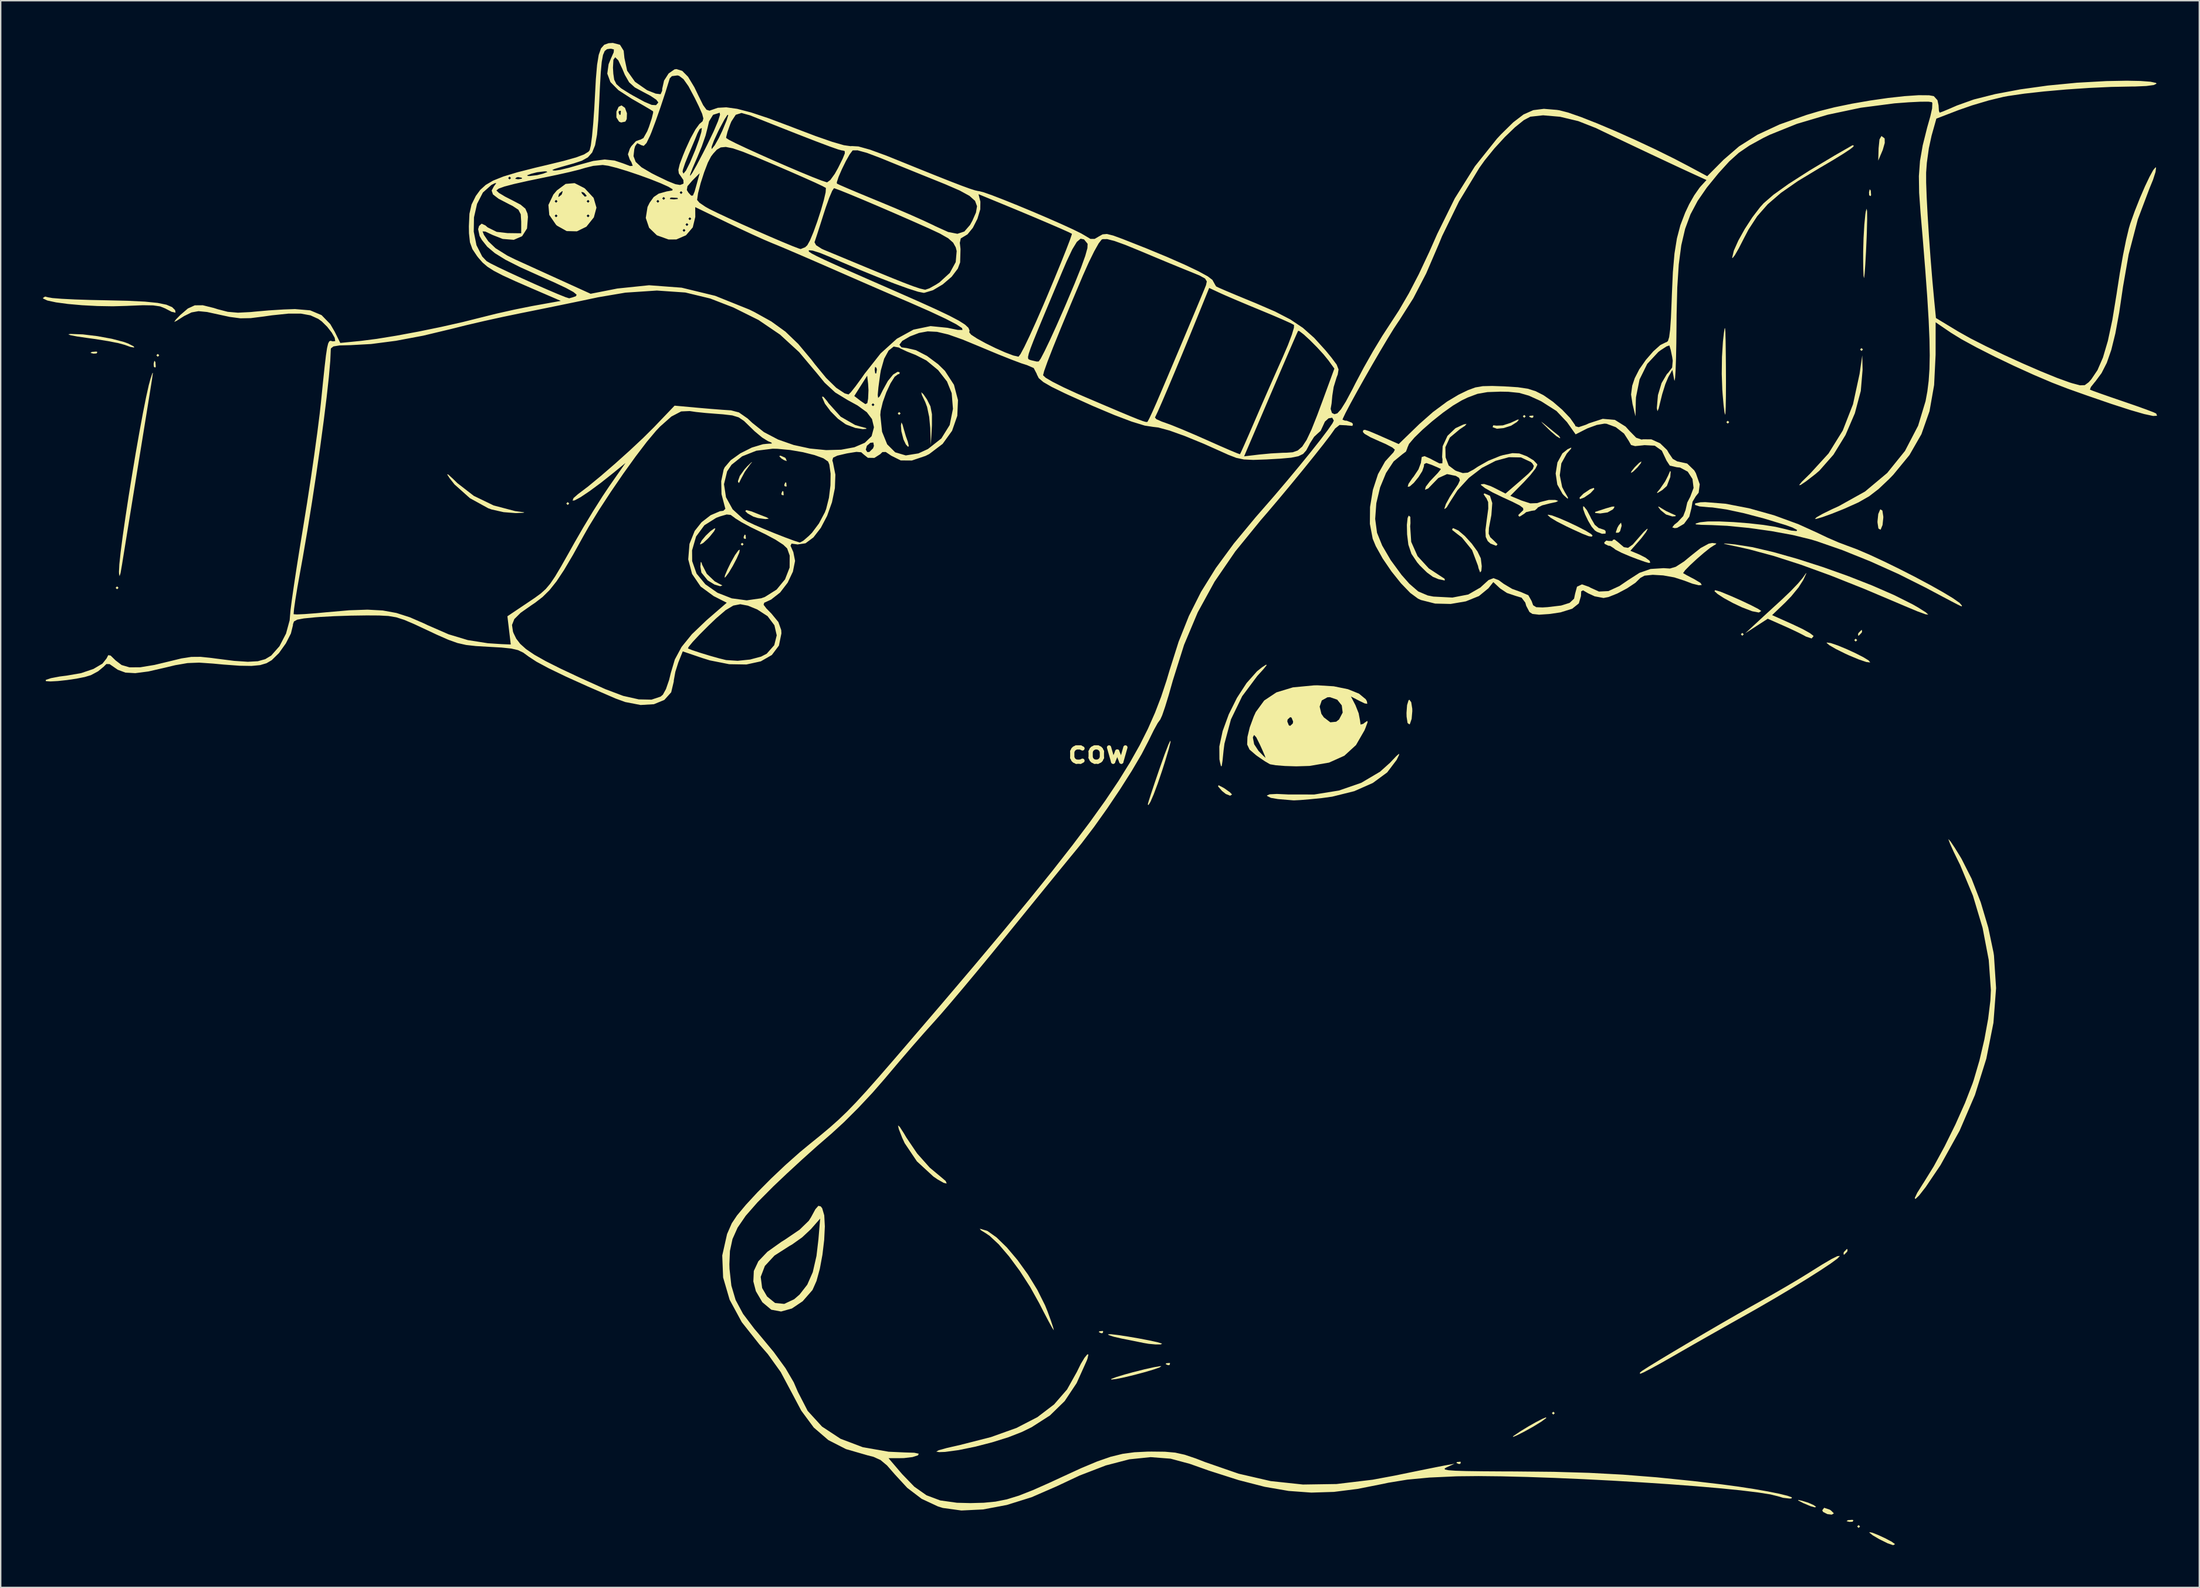
<source format=kicad_pcb>
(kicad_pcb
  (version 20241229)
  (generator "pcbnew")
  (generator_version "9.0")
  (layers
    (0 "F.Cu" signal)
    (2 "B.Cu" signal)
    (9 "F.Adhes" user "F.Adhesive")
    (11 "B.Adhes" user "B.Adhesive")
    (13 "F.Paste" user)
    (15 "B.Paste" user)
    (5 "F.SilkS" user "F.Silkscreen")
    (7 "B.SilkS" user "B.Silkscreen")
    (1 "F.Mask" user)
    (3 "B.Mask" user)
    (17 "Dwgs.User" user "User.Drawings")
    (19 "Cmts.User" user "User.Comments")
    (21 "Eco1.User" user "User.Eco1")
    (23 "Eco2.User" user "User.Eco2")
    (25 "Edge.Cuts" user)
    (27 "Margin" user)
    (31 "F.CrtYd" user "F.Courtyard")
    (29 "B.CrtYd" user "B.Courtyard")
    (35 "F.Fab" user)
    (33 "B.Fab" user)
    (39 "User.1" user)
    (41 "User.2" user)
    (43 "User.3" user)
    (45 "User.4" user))
  (footprint "cow"
    (layer "F.Cu")
    (at 74.961 50.387)
    (property "Reference" "cow" (at 0 0 0) (layer "F.SilkS") (effects (font (size 1.524 1.524) (thickness 0.3))))
    (attr board_only exclude_from_pos_files exclude_from_bom)
    (fp_poly (pts (xy -69.592 -11.667) (xy -69.695 -11.564) (xy -69.798 -11.667) (xy -69.695 -11.771)) (stroke (width 0) (type solid)) (fill yes) (layer "F.SilkS"))
    (fp_poly (pts (xy -66.701 -28.188) (xy -66.804 -28.085) (xy -66.907 -28.188) (xy -66.804 -28.291)) (stroke (width 0) (type solid)) (fill yes) (layer "F.SilkS"))
    (fp_poly (pts (xy -37.584 -17.656) (xy -37.687 -17.553) (xy -37.79 -17.656) (xy -37.687 -17.759)) (stroke (width 0) (type solid)) (fill yes) (layer "F.SilkS"))
    (fp_poly (pts (xy -25.193 -14.765) (xy -25.297 -14.662) (xy -25.4 -14.765) (xy -25.297 -14.868)) (stroke (width 0) (type solid)) (fill yes) (layer "F.SilkS"))
    (fp_poly (pts (xy -14.042 -24.058) (xy -14.146 -23.954) (xy -14.249 -24.058) (xy -14.146 -24.161)) (stroke (width 0) (type solid)) (fill yes) (layer "F.SilkS"))
    (fp_poly (pts (xy 30.356 -23.851) (xy 30.253 -23.748) (xy 30.15 -23.851) (xy 30.253 -23.954)) (stroke (width 0) (type solid)) (fill yes) (layer "F.SilkS"))
    (fp_poly (pts (xy 32.421 46.98) (xy 32.318 47.083) (xy 32.215 46.98) (xy 32.318 46.876)) (stroke (width 0) (type solid)) (fill yes) (layer "F.SilkS"))
    (fp_poly (pts (xy 44.811 -23.438) (xy 44.708 -23.335) (xy 44.605 -23.438) (xy 44.708 -23.541)) (stroke (width 0) (type solid)) (fill yes) (layer "F.SilkS"))
    (fp_poly (pts (xy 45.844 -8.363) (xy 45.741 -8.26) (xy 45.637 -8.363) (xy 45.741 -8.467)) (stroke (width 0) (type solid)) (fill yes) (layer "F.SilkS"))
    (fp_poly (pts (xy 53.898 -7.95) (xy 53.794 -7.847) (xy 53.691 -7.95) (xy 53.794 -8.054)) (stroke (width 0) (type solid)) (fill yes) (layer "F.SilkS"))
    (fp_poly (pts (xy 54.104 55.033) (xy 54.001 55.137) (xy 53.898 55.033) (xy 54.001 54.93)) (stroke (width 0) (type solid)) (fill yes) (layer "F.SilkS"))
    (fp_poly (pts (xy 54.311 -28.601) (xy 54.207 -28.498) (xy 54.104 -28.601) (xy 54.207 -28.704)) (stroke (width 0) (type solid)) (fill yes) (layer "F.SilkS"))
    (fp_poly (pts (xy -71.093 -28.416) (xy -71.155 -28.322) (xy -71.364 -28.307) (xy -71.585 -28.358) (xy -71.489 -28.432) (xy -71.166 -28.457)) (stroke (width 0) (type solid)) (fill yes) (layer "F.SilkS"))
    (fp_poly (pts (xy -66.973 -27.71) (xy -66.948 -27.388) (xy -66.989 -27.314) (xy -67.083 -27.376) (xy -67.098 -27.586) (xy -67.047 -27.806)) (stroke (width 0) (type solid)) (fill yes) (layer "F.SilkS"))
    (fp_poly (pts (xy -25.056 -15.419) (xy -25.031 -15.174) (xy -25.056 -15.144) (xy -25.179 -15.172) (xy -25.193 -15.281) (xy -25.118 -15.451)) (stroke (width 0) (type solid)) (fill yes) (layer "F.SilkS"))
    (fp_poly (pts (xy -22.371 -18.517) (xy -22.347 -18.271) (xy -22.371 -18.241) (xy -22.494 -18.27) (xy -22.509 -18.379) (xy -22.433 -18.549)) (stroke (width 0) (type solid)) (fill yes) (layer "F.SilkS"))
    (fp_poly (pts (xy -22.165 -19.136) (xy -22.14 -18.891) (xy -22.165 -18.861) (xy -22.288 -18.889) (xy -22.302 -18.998) (xy -22.227 -19.168)) (stroke (width 0) (type solid)) (fill yes) (layer "F.SilkS"))
    (fp_poly (pts (xy 0.344 41.163) (xy 0.316 41.286) (xy 0.207 41.301) (xy 0.037 41.225) (xy 0.069 41.163) (xy 0.314 41.138)) (stroke (width 0) (type solid)) (fill yes) (layer "F.SilkS"))
    (fp_poly (pts (xy 5.094 43.435) (xy 5.065 43.557) (xy 4.956 43.572) (xy 4.786 43.497) (xy 4.818 43.435) (xy 5.064 43.41)) (stroke (width 0) (type solid)) (fill yes) (layer "F.SilkS"))
    (fp_poly (pts (xy 25.744 50.456) (xy 25.716 50.579) (xy 25.607 50.593) (xy 25.437 50.518) (xy 25.469 50.456) (xy 25.714 50.431)) (stroke (width 0) (type solid)) (fill yes) (layer "F.SilkS"))
    (fp_poly (pts (xy 30.907 -23.886) (xy 30.878 -23.763) (xy 30.769 -23.748) (xy 30.599 -23.824) (xy 30.631 -23.886) (xy 30.877 -23.91)) (stroke (width 0) (type solid)) (fill yes) (layer "F.SilkS"))
    (fp_poly (pts (xy 53.635 54.599) (xy 53.574 54.693) (xy 53.364 54.707) (xy 53.144 54.657) (xy 53.239 54.583) (xy 53.562 54.558)) (stroke (width 0) (type solid)) (fill yes) (layer "F.SilkS"))
    (fp_poly (pts (xy 54.865 -39.894) (xy 54.889 -39.571) (xy 54.848 -39.498) (xy 54.754 -39.56) (xy 54.74 -39.769) (xy 54.79 -39.99)) (stroke (width 0) (type solid)) (fill yes) (layer "F.SilkS"))
    (fp_poly (pts (xy -22.243 -20.913) (xy -22.199 -20.857) (xy -22.127 -20.671) (xy -22.322 -20.741) (xy -22.509 -20.857) (xy -22.668 -21.023) (xy -22.573 -21.06)) (stroke (width 0) (type solid)) (fill yes) (layer "F.SilkS"))
    (fp_poly (pts (xy 38.535 -20.521) (xy 38.307 -20.237) (xy 37.996 -19.932) (xy 37.829 -19.824) (xy 37.871 -19.953) (xy 38.1 -20.237) (xy 38.41 -20.543) (xy 38.577 -20.65)) (stroke (width 0) (type solid)) (fill yes) (layer "F.SilkS"))
    (fp_poly (pts (xy 51.933 53.83) (xy 52.033 53.889) (xy 52.245 54.101) (xy 52.095 54.191) (xy 51.781 54.154) (xy 51.474 53.995) (xy 51.42 53.882) (xy 51.553 53.704)) (stroke (width 0) (type solid)) (fill yes) (layer "F.SilkS"))
    (fp_poly (pts (xy 53.213 35.446) (xy 53.175 35.519) (xy 52.98 35.716) (xy 52.944 35.725) (xy 52.93 35.592) (xy 52.968 35.519) (xy 53.163 35.321) (xy 53.199 35.312)) (stroke (width 0) (type solid)) (fill yes) (layer "F.SilkS"))
    (fp_poly (pts (xy 54.246 -8.54) (xy 54.207 -8.467) (xy 54.013 -8.269) (xy 53.976 -8.26) (xy 53.962 -8.394) (xy 54.001 -8.467) (xy 54.195 -8.664) (xy 54.232 -8.673)) (stroke (width 0) (type solid)) (fill yes) (layer "F.SilkS"))
    (fp_poly (pts (xy 8.89 2.541) (xy 8.983 2.6) (xy 9.348 2.863) (xy 9.499 3.018) (xy 9.364 3.105) (xy 9.056 2.982) (xy 8.791 2.773) (xy 8.504 2.441) (xy 8.541 2.36)) (stroke (width 0) (type solid)) (fill yes) (layer "F.SilkS"))
    (fp_poly (pts (xy 37.167 -16.115) (xy 37.168 -16.068) (xy 37.062 -15.694) (xy 36.964 -15.591) (xy 36.775 -15.577) (xy 36.761 -15.63) (xy 36.865 -15.932) (xy 36.964 -16.107) (xy 37.125 -16.301)) (stroke (width 0) (type solid)) (fill yes) (layer "F.SilkS"))
    (fp_poly (pts (xy 55.829 -43.62) (xy 55.852 -43.584) (xy 55.859 -43.28) (xy 55.718 -42.789) (xy 55.684 -42.706) (xy 55.396 -42.024) (xy 55.421 -42.9) (xy 55.484 -43.53) (xy 55.623 -43.773)) (stroke (width 0) (type solid)) (fill yes) (layer "F.SilkS"))
    (fp_poly (pts (xy 35.23 -18.685) (xy 34.975 -18.412) (xy 34.928 -18.372) (xy 34.509 -18.084) (xy 34.205 -17.97) (xy 34.182 -18.079) (xy 34.434 -18.337) (xy 34.486 -18.379) (xy 34.92 -18.67) (xy 35.19 -18.771)) (stroke (width 0) (type solid)) (fill yes) (layer "F.SilkS"))
    (fp_poly (pts (xy 36.63 -17.344) (xy 36.549 -17.24) (xy 36.172 -17.026) (xy 35.648 -16.95) (xy 35.298 -16.987) (xy 35.279 -17.056) (xy 35.312 -17.069) (xy 36.066 -17.316) (xy 36.493 -17.438) (xy 36.66 -17.445)) (stroke (width 0) (type solid)) (fill yes) (layer "F.SilkS"))
    (fp_poly (pts (xy 39.835 -17.426) (xy 39.866 -17.403) (xy 40.312 -17.132) (xy 40.692 -16.955) (xy 41.023 -16.808) (xy 40.982 -16.752) (xy 40.765 -16.74) (xy 40.32 -16.879) (xy 39.939 -17.188) (xy 39.756 -17.436)) (stroke (width 0) (type solid)) (fill yes) (layer "F.SilkS"))
    (fp_poly (pts (xy 40.653 -19.93) (xy 40.626 -19.538) (xy 40.382 -18.906) (xy 40.062 -18.616) (xy 39.714 -18.404) (xy 39.678 -18.434) (xy 39.896 -18.7) (xy 40.26 -19.229) (xy 40.461 -19.622) (xy 40.611 -19.963)) (stroke (width 0) (type solid)) (fill yes) (layer "F.SilkS"))
    (fp_poly (pts (xy 49.974 53.202) (xy 50.424 53.342) (xy 50.796 53.504) (xy 50.979 53.633) (xy 50.903 53.675) (xy 50.587 53.59) (xy 50.105 53.387) (xy 50.077 53.374) (xy 49.714 53.188) (xy 49.714 53.146)) (stroke (width 0) (type solid)) (fill yes) (layer "F.SilkS"))
    (fp_poly (pts (xy -27.197 -15.884) (xy -27.284 -15.696) (xy -27.578 -15.329) (xy -27.713 -15.181) (xy -28.065 -14.851) (xy -28.27 -14.748) (xy -28.291 -14.784) (xy -28.169 -15.03) (xy -27.881 -15.375) (xy -27.543 -15.699) (xy -27.275 -15.886)) (stroke (width 0) (type solid)) (fill yes) (layer "F.SilkS"))
    (fp_poly (pts (xy -24.717 -20.453) (xy -25.107 -19.914) (xy -25.375 -19.411) (xy -25.525 -19.11) (xy -25.59 -19.198) (xy -25.593 -19.26) (xy -25.464 -19.619) (xy -25.122 -20.098) (xy -24.935 -20.302) (xy -24.64 -20.588) (xy -24.593 -20.606)) (stroke (width 0) (type solid)) (fill yes) (layer "F.SilkS"))
    (fp_poly (pts (xy -13.908 -23.271) (xy -13.84 -23.025) (xy -13.674 -22.454) (xy -13.529 -22.044) (xy -13.462 -21.748) (xy -13.509 -21.683) (xy -13.669 -21.853) (xy -13.841 -22.213) (xy -13.989 -22.79) (xy -14.021 -23.194) (xy -13.987 -23.421)) (stroke (width 0) (type solid)) (fill yes) (layer "F.SilkS"))
    (fp_poly (pts (xy -25.501 -14.167) (xy -25.692 -13.735) (xy -25.965 -13.216) (xy -26.25 -12.74) (xy -26.477 -12.436) (xy -26.548 -12.39) (xy -26.517 -12.556) (xy -26.335 -12.985) (xy -26.112 -13.443) (xy -25.808 -13.99) (xy -25.568 -14.326) (xy -25.464 -14.382)) (stroke (width 0) (type solid)) (fill yes) (layer "F.SilkS"))
    (fp_poly (pts (xy -24.649 -17.102) (xy -24.53 -17.056) (xy -23.979 -16.836) (xy -23.561 -16.674) (xy -23.541 -16.667) (xy -23.404 -16.578) (xy -23.645 -16.55) (xy -24.18 -16.626) (xy -24.501 -16.725) (xy -24.909 -16.955) (xy -25.077 -17.118) (xy -25.004 -17.193)) (stroke (width 0) (type solid)) (fill yes) (layer "F.SilkS"))
    (fp_poly (pts (xy 22.226 -3.534) (xy 22.298 -3.078) (xy 22.302 -2.903) (xy 22.254 -2.353) (xy 22.135 -2.001) (xy 22.096 -1.962) (xy 21.965 -2.06) (xy 21.896 -2.509) (xy 21.889 -2.776) (xy 21.93 -3.334) (xy 22.033 -3.672) (xy 22.096 -3.717)) (stroke (width 0) (type solid)) (fill yes) (layer "F.SilkS"))
    (fp_poly (pts (xy 31.644 -23.335) (xy 31.895 -23.13) (xy 32.351 -22.758) (xy 32.68 -22.491) (xy 32.721 -22.459) (xy 32.812 -22.315) (xy 32.769 -22.302) (xy 32.547 -22.436) (xy 32.153 -22.773) (xy 31.944 -22.974) (xy 31.556 -23.361) (xy 31.458 -23.476)) (stroke (width 0) (type solid)) (fill yes) (layer "F.SilkS"))
    (fp_poly (pts (xy 54.976 55.474) (xy 55.403 55.644) (xy 55.907 55.878) (xy 56.345 56.111) (xy 56.574 56.275) (xy 56.582 56.294) (xy 56.456 56.363) (xy 56.054 56.224) (xy 55.478 55.939) (xy 55.016 55.669) (xy 54.776 55.478) (xy 54.767 55.437)) (stroke (width 0) (type solid)) (fill yes) (layer "F.SilkS"))
    (fp_poly (pts (xy 55.691 -17.157) (xy 55.755 -16.738) (xy 55.756 -16.648) (xy 55.702 -16.129) (xy 55.571 -15.814) (xy 55.55 -15.798) (xy 55.408 -15.884) (xy 55.344 -16.303) (xy 55.343 -16.393) (xy 55.397 -16.911) (xy 55.529 -17.226) (xy 55.55 -17.243)) (stroke (width 0) (type solid)) (fill yes) (layer "F.SilkS"))
    (fp_poly (pts (xy -12.419 -25.417) (xy -12.17 -25.054) (xy -11.924 -24.564) (xy -11.816 -24.001) (xy -11.818 -23.207) (xy -11.824 -23.093) (xy -11.898 -21.786) (xy -11.939 -23.025) (xy -12.013 -23.811) (xy -12.162 -24.517) (xy -12.288 -24.856) (xy -12.534 -25.374) (xy -12.574 -25.567)) (stroke (width 0) (type solid)) (fill yes) (layer "F.SilkS"))
    (fp_poly (pts (xy 29.877 -23.617) (xy 29.734 -23.452) (xy 29.326 -23.191) (xy 28.796 -23.02) (xy 28.304 -22.972) (xy 28.011 -23.081) (xy 28.006 -23.088) (xy 28.051 -23.217) (xy 28.279 -23.191) (xy 28.727 -23.209) (xy 29.292 -23.392) (xy 29.363 -23.426) (xy 29.778 -23.62)) (stroke (width 0) (type solid)) (fill yes) (layer "F.SilkS"))
    (fp_poly (pts (xy -28.178 -13.452) (xy -28.143 -13.32) (xy -27.811 -12.666) (xy -27.242 -12.124) (xy -26.949 -11.966) (xy -26.701 -11.835) (xy -26.838 -11.785) (xy -26.869 -11.784) (xy -27.255 -11.896) (xy -27.729 -12.184) (xy -27.747 -12.199) (xy -28.193 -12.75) (xy -28.267 -13.18) (xy -28.236 -13.512)) (stroke (width 0) (type solid)) (fill yes) (layer "F.SilkS"))
    (fp_poly (pts (xy 31.816 47.323) (xy 31.802 47.337) (xy 31.464 47.586) (xy 30.887 47.94) (xy 30.253 48.293) (xy 29.72 48.562) (xy 29.445 48.675) (xy 29.475 48.613) (xy 29.514 48.584) (xy 29.974 48.273) (xy 30.518 47.94) (xy 31.059 47.632) (xy 31.513 47.396) (xy 31.794 47.277)) (stroke (width 0) (type solid)) (fill yes) (layer "F.SilkS"))
    (fp_poly (pts (xy 4.477 43.644) (xy 4.342 43.734) (xy 3.909 43.885) (xy 3.281 44.071) (xy 2.563 44.262) (xy 1.86 44.432) (xy 1.276 44.552) (xy 0.915 44.595) (xy 0.915 44.595) (xy 0.927 44.544) (xy 1.275 44.414) (xy 1.895 44.226) (xy 2.455 44.073) (xy 3.29 43.862) (xy 3.963 43.712) (xy 4.384 43.641)) (stroke (width 0) (type solid)) (fill yes) (layer "F.SilkS"))
    (fp_poly (pts (xy 32.201 -16.817) (xy 32.708 -16.629) (xy 33.349 -16.352) (xy 34.018 -16.036) (xy 34.604 -15.732) (xy 35 -15.492) (xy 35.106 -15.382) (xy 35.047 -15.302) (xy 34.831 -15.335) (xy 34.396 -15.504) (xy 33.682 -15.829) (xy 33.247 -16.035) (xy 32.573 -16.378) (xy 32.108 -16.66) (xy 31.921 -16.835) (xy 31.939 -16.865)) (stroke (width 0) (type solid)) (fill yes) (layer "F.SilkS"))
    (fp_poly (pts (xy 44.163 -11.402) (xy 44.243 -11.371) (xy 44.966 -11.072) (xy 45.707 -10.742) (xy 46.371 -10.427) (xy 46.861 -10.173) (xy 47.079 -10.027) (xy 47.083 -10.018) (xy 46.915 -9.912) (xy 46.446 -10.002) (xy 45.731 -10.275) (xy 45.07 -10.588) (xy 44.434 -10.935) (xy 43.984 -11.228) (xy 43.763 -11.429) (xy 43.809 -11.5)) (stroke (width 0) (type solid)) (fill yes) (layer "F.SilkS"))
    (fp_poly (pts (xy 52.016 -7.744) (xy 52.51 -7.576) (xy 53.125 -7.323) (xy 53.764 -7.03) (xy 54.326 -6.743) (xy 54.712 -6.509) (xy 54.822 -6.372) (xy 54.813 -6.365) (xy 54.549 -6.396) (xy 54.015 -6.577) (xy 53.312 -6.87) (xy 53.072 -6.98) (xy 52.394 -7.316) (xy 51.923 -7.589) (xy 51.729 -7.755) (xy 51.744 -7.78)) (stroke (width 0) (type solid)) (fill yes) (layer "F.SilkS"))
    (fp_poly (pts (xy -72.125 -29.676) (xy -71.092 -29.551) (xy -70.065 -29.363) (xy -69.206 -29.137) (xy -68.9 -29.023) (xy -68.512 -28.822) (xy -68.476 -28.738) (xy -68.746 -28.785) (xy -69.179 -28.939) (xy -69.602 -29.054) (xy -70.318 -29.195) (xy -71.208 -29.339) (xy -71.76 -29.415) (xy -72.533 -29.527) (xy -73.015 -29.62) (xy -73.163 -29.684) (xy -72.999 -29.709)) (stroke (width 0) (type solid)) (fill yes) (layer "F.SilkS"))
    (fp_poly (pts (xy -19.519 -25.236) (xy -19.271 -24.944) (xy -19.153 -24.778) (xy -18.296 -23.826) (xy -17.277 -23.239) (xy -16.908 -23.129) (xy -16.496 -23.02) (xy -16.467 -22.965) (xy -16.73 -22.943) (xy -17.257 -23.026) (xy -17.876 -23.257) (xy -17.969 -23.304) (xy -18.493 -23.681) (xy -19.011 -24.204) (xy -19.419 -24.751) (xy -19.614 -25.2) (xy -19.618 -25.255)) (stroke (width 0) (type solid)) (fill yes) (layer "F.SilkS"))
    (fp_poly (pts (xy -14.102 26.64) (xy -13.796 27.117) (xy -13.638 27.387) (xy -12.87 28.525) (xy -11.974 29.533) (xy -11.164 30.209) (xy -10.841 30.483) (xy -10.769 30.662) (xy -10.769 30.663) (xy -10.983 30.616) (xy -11.409 30.375) (xy -11.716 30.165) (xy -12.885 29.088) (xy -13.755 27.794) (xy -13.933 27.409) (xy -14.174 26.786) (xy -14.229 26.53)) (stroke (width 0) (type solid)) (fill yes) (layer "F.SilkS"))
    (fp_poly (pts (xy 5.13 -0.715) (xy 5.009 -0.229) (xy 4.748 0.644) (xy 4.544 1.288) (xy 4.222 2.237) (xy 3.935 3.005) (xy 3.706 3.537) (xy 3.558 3.776) (xy 3.514 3.717) (xy 3.576 3.493) (xy 3.748 2.958) (xy 4.003 2.191) (xy 4.317 1.272) (xy 4.328 1.239) (xy 4.71 0.163) (xy 4.975 -0.521) (xy 5.117 -0.813)) (stroke (width 0) (type solid)) (fill yes) (layer "F.SilkS"))
    (fp_poly (pts (xy 25.57 -15.743) (xy 26.038 -15.343) (xy 26.525 -14.808) (xy 26.933 -14.248) (xy 27.164 -13.77) (xy 27.168 -13.754) (xy 27.234 -13.205) (xy 27.207 -12.871) (xy 27.12 -12.758) (xy 27.008 -13.051) (xy 26.965 -13.238) (xy 26.546 -14.351) (xy 25.822 -15.243) (xy 25.474 -15.509) (xy 25.131 -15.781) (xy 25.166 -15.896) (xy 25.221 -15.899)) (stroke (width 0) (type solid)) (fill yes) (layer "F.SilkS"))
    (fp_poly (pts (xy 33.583 -21.558) (xy 33.302 -21.237) (xy 33.271 -21.203) (xy 32.888 -20.51) (xy 32.777 -19.663) (xy 32.946 -18.825) (xy 33.121 -18.489) (xy 33.359 -18.08) (xy 33.341 -17.99) (xy 33.077 -18.227) (xy 32.972 -18.341) (xy 32.6 -19.005) (xy 32.484 -19.793) (xy 32.609 -20.575) (xy 32.96 -21.218) (xy 33.327 -21.512) (xy 33.589 -21.634)) (stroke (width 0) (type solid)) (fill yes) (layer "F.SilkS"))
    (fp_poly (pts (xy -46.18 -19.724) (xy -45.851 -19.427) (xy -45.519 -19.102) (xy -44.356 -18.201) (xy -42.947 -17.52) (xy -41.427 -17.12) (xy -41.094 -17.076) (xy -40.772 -17.031) (xy -40.834 -17) (xy -41.294 -16.98) (xy -41.404 -16.978) (xy -42.242 -17.044) (xy -43.092 -17.235) (xy -43.33 -17.319) (xy -44.633 -18.036) (xy -45.726 -19.012) (xy -46.079 -19.457) (xy -46.252 -19.731)) (stroke (width 0) (type solid)) (fill yes) (layer "F.SilkS"))
    (fp_poly (pts (xy 1.427 41.433) (xy 2.126 41.54) (xy 2.896 41.673) (xy 3.623 41.812) (xy 4.197 41.938) (xy 4.506 42.031) (xy 4.526 42.044) (xy 4.43 42.097) (xy 4.067 42.098) (xy 3.58 42.054) (xy 3.201 41.989) (xy 2.765 41.899) (xy 2.107 41.767) (xy 1.687 41.685) (xy 1.101 41.552) (xy 0.742 41.434) (xy 0.683 41.375) (xy 0.909 41.372)) (stroke (width 0) (type solid)) (fill yes) (layer "F.SilkS"))
    (fp_poly (pts (xy 34.497 -17.443) (xy 34.704 -17.183) (xy 34.954 -16.705) (xy 34.995 -16.609) (xy 35.264 -16.146) (xy 35.549 -15.909) (xy 35.599 -15.901) (xy 35.955 -15.779) (xy 36.035 -15.694) (xy 36.028 -15.52) (xy 35.777 -15.507) (xy 35.417 -15.644) (xy 35.265 -15.746) (xy 35.039 -16.011) (xy 34.793 -16.427) (xy 34.575 -16.88) (xy 34.438 -17.26) (xy 34.43 -17.454)) (stroke (width 0) (type solid)) (fill yes) (layer "F.SilkS"))
    (fp_poly (pts (xy 54.605 -38.416) (xy 54.609 -37.845) (xy 54.585 -36.915) (xy 54.572 -36.551) (xy 54.526 -35.523) (xy 54.477 -34.653) (xy 54.432 -34.019) (xy 54.394 -33.699) (xy 54.386 -33.677) (xy 54.355 -33.83) (xy 54.334 -34.311) (xy 54.324 -35.035) (xy 54.326 -35.536) (xy 54.352 -36.521) (xy 54.407 -37.466) (xy 54.481 -38.214) (xy 54.512 -38.41) (xy 54.572 -38.61)) (stroke (width 0) (type solid)) (fill yes) (layer "F.SilkS"))
    (fp_poly (pts (xy -33.62 -45.775) (xy -33.48 -45.386) (xy -33.495 -44.973) (xy -33.593 -44.796) (xy -33.895 -44.733) (xy -34.041 -44.792) (xy -34.229 -45.091) (xy -34.229 -45.431) (xy -34.073 -45.431) (xy -33.998 -45.261) (xy -33.936 -45.293) (xy -33.911 -45.538) (xy -33.936 -45.569) (xy -34.058 -45.54) (xy -34.073 -45.431) (xy -34.229 -45.431) (xy -34.229 -45.506) (xy -34.071 -45.849) (xy -33.867 -45.947)) (stroke (width 0) (type solid)) (fill yes) (layer "F.SilkS"))
    (fp_poly (pts (xy 54.285 -27.169) (xy 54.157 -25.658) (xy 53.736 -24.073) (xy 53.072 -22.525) (xy 52.216 -21.128) (xy 51.219 -19.995) (xy 50.938 -19.753) (xy 50.269 -19.235) (xy 49.876 -18.972) (xy 49.773 -18.963) (xy 49.97 -19.207) (xy 50.48 -19.706) (xy 50.534 -19.756) (xy 51.862 -21.211) (xy 52.876 -22.845) (xy 53.603 -24.711) (xy 54.069 -26.862) (xy 54.082 -26.949) (xy 54.26 -28.188)) (stroke (width 0) (type solid)) (fill yes) (layer "F.SilkS"))
    (fp_poly (pts (xy 11.959 -6.175) (xy 11.739 -5.898) (xy 11.289 -5.4) (xy 10.218 -3.964) (xy 9.422 -2.32) (xy 8.959 -0.594) (xy 8.896 -0.103) (xy 8.821 0.631) (xy 8.766 0.992) (xy 8.713 1.014) (xy 8.644 0.737) (xy 8.602 0.516) (xy 8.595 -0.392) (xy 8.831 -1.49) (xy 9.264 -2.676) (xy 9.846 -3.846) (xy 10.53 -4.899) (xy 11.268 -5.732) (xy 11.631 -6.025) (xy 11.918 -6.208)) (stroke (width 0) (type solid)) (fill yes) (layer "F.SilkS"))
    (fp_poly (pts (xy 44.54 -29.826) (xy 44.556 -29.195) (xy 44.569 -28.195) (xy 44.576 -27.413) (xy 44.581 -26.27) (xy 44.576 -25.287) (xy 44.564 -24.53) (xy 44.543 -24.067) (xy 44.524 -23.954) (xy 44.474 -24.145) (xy 44.411 -24.655) (xy 44.346 -25.39) (xy 44.319 -25.761) (xy 44.281 -26.867) (xy 44.297 -28.079) (xy 44.364 -29.15) (xy 44.371 -29.22) (xy 44.435 -29.786) (xy 44.482 -30.094) (xy 44.516 -30.117)) (stroke (width 0) (type solid)) (fill yes) (layer "F.SilkS"))
    (fp_poly (pts (xy 22.161 -16.708) (xy 22.171 -16.259) (xy 22.151 -16.037) (xy 22.224 -14.933) (xy 22.676 -13.918) (xy 23.476 -13.046) (xy 24.264 -12.528) (xy 24.591 -12.314) (xy 24.617 -12.201) (xy 24.574 -12.195) (xy 24.162 -12.282) (xy 23.768 -12.445) (xy 23.336 -12.762) (xy 22.832 -13.259) (xy 22.645 -13.478) (xy 22.239 -14.084) (xy 22.021 -14.734) (xy 21.931 -15.465) (xy 21.916 -16.143) (xy 21.968 -16.632) (xy 22.047 -16.8)) (stroke (width 0) (type solid)) (fill yes) (layer "F.SilkS"))
    (fp_poly (pts (xy 27.817 -18.207) (xy 27.981 -17.691) (xy 27.918 -16.834) (xy 27.872 -16.593) (xy 27.744 -15.917) (xy 27.727 -15.516) (xy 27.84 -15.261) (xy 28.084 -15.034) (xy 28.356 -14.762) (xy 28.275 -14.663) (xy 28.236 -14.662) (xy 27.857 -14.809) (xy 27.66 -14.986) (xy 27.517 -15.285) (xy 27.495 -15.762) (xy 27.592 -16.523) (xy 27.597 -16.557) (xy 27.698 -17.304) (xy 27.688 -17.763) (xy 27.562 -18.042) (xy 27.516 -18.092) (xy 27.365 -18.321) (xy 27.425 -18.379)) (stroke (width 0) (type solid)) (fill yes) (layer "F.SilkS"))
    (fp_poly (pts (xy -7.88 34.029) (xy -7.227 34.493) (xy -6.495 35.206) (xy -5.734 36.107) (xy -4.994 37.134) (xy -4.327 38.226) (xy -3.781 39.321) (xy -3.607 39.75) (xy -3.365 40.413) (xy -3.206 40.894) (xy -3.161 41.093) (xy -3.162 41.094) (xy -3.275 40.922) (xy -3.53 40.457) (xy -3.888 39.776) (xy -4.203 39.161) (xy -4.843 38.011) (xy -5.574 36.879) (xy -6.338 35.844) (xy -7.073 34.985) (xy -7.721 34.38) (xy -8 34.192) (xy -8.343 33.98) (xy -8.417 33.877) (xy -8.405 33.875)) (stroke (width 0) (type solid)) (fill yes) (layer "F.SilkS"))
    (fp_poly (pts (xy 44.874 -14.785) (xy 45.224 -14.751) (xy 46.446 -14.558) (xy 47.947 -14.207) (xy 49.638 -13.728) (xy 51.43 -13.153) (xy 53.235 -12.511) (xy 54.963 -11.833) (xy 56.527 -11.15) (xy 57.838 -10.493) (xy 58.246 -10.259) (xy 58.783 -9.919) (xy 58.95 -9.761) (xy 58.749 -9.787) (xy 58.178 -9.996) (xy 57.239 -10.389) (xy 57.098 -10.45) (xy 54.401 -11.592) (xy 52.015 -12.541) (xy 49.896 -13.312) (xy 48.001 -13.923) (xy 46.285 -14.387) (xy 45.478 -14.57) (xy 44.761 -14.722) (xy 44.432 -14.801) (xy 44.475 -14.819)) (stroke (width 0) (type solid)) (fill yes) (layer "F.SilkS"))
    (fp_poly (pts (xy -0.702 42.81) (xy -0.77 43.109) (xy -0.815 43.234) (xy -1.54 44.845) (xy -2.39 46.123) (xy -3.435 47.143) (xy -4.741 47.981) (xy -5.429 48.317) (xy -6.388 48.692) (xy -7.54 49.052) (xy -8.758 49.366) (xy -9.917 49.604) (xy -10.89 49.735) (xy -11.304 49.75) (xy -11.512 49.712) (xy -11.334 49.614) (xy -10.761 49.455) (xy -9.813 49.238) (xy -7.626 48.68) (xy -5.81 48.03) (xy -4.328 47.264) (xy -3.144 46.361) (xy -2.221 45.297) (xy -1.527 44.056) (xy -1.244 43.479) (xy -0.982 43.046) (xy -0.787 42.806)) (stroke (width 0) (type solid)) (fill yes) (layer "F.SilkS"))
    (fp_poly (pts (xy 53.662 -43.091) (xy 53.624 -43.012) (xy 53.404 -42.834) (xy 52.896 -42.499) (xy 52.174 -42.055) (xy 51.31 -41.546) (xy 51.201 -41.483) (xy 49.681 -40.565) (xy 48.484 -39.731) (xy 47.544 -38.919) (xy 46.798 -38.07) (xy 46.181 -37.123) (xy 45.845 -36.482) (xy 45.489 -35.786) (xy 45.211 -35.303) (xy 45.047 -35.096) (xy 45.02 -35.124) (xy 45.138 -35.626) (xy 45.457 -36.342) (xy 45.916 -37.166) (xy 46.453 -37.994) (xy 47.008 -38.72) (xy 47.259 -38.998) (xy 47.955 -39.601) (xy 49.027 -40.367) (xy 50.472 -41.294) (xy 52.287 -42.381) (xy 53.568 -43.117)) (stroke (width 0) (type solid)) (fill yes) (layer "F.SilkS"))
    (fp_poly (pts (xy -74.6 -32.31) (xy -74.283 -32.257) (xy -73.628 -32.205) (xy -72.707 -32.159) (xy -71.594 -32.122) (xy -70.521 -32.1) (xy -68.935 -32.064) (xy -67.715 -32.004) (xy -66.814 -31.913) (xy -66.187 -31.784) (xy -65.786 -31.612) (xy -65.573 -31.401) (xy -65.544 -31.218) (xy -65.825 -31.282) (xy -66.288 -31.524) (xy -66.633 -31.663) (xy -67.128 -31.736) (xy -67.857 -31.748) (xy -68.906 -31.706) (xy -68.991 -31.701) (xy -70.006 -31.673) (xy -71.095 -31.691) (xy -72.181 -31.748) (xy -73.186 -31.837) (xy -74.034 -31.951) (xy -74.645 -32.082) (xy -74.944 -32.222) (xy -74.961 -32.264) (xy -74.809 -32.364)) (stroke (width 0) (type solid)) (fill yes) (layer "F.SilkS"))
    (fp_poly (pts (xy 21.36 0.21) (xy 21.193 0.555) (xy 21.192 0.557) (xy 20.518 1.45) (xy 19.497 2.2) (xy 18.179 2.783) (xy 16.613 3.172) (xy 15.885 3.273) (xy 15.049 3.356) (xy 14.349 3.414) (xy 13.904 3.436) (xy 13.836 3.434) (xy 13.431 3.4) (xy 12.842 3.351) (xy 12.752 3.343) (xy 12.254 3.257) (xy 11.99 3.123) (xy 11.977 3.088) (xy 12.168 3.005) (xy 12.685 2.979) (xy 13.444 3.014) (xy 13.474 3.016) (xy 15.337 3.019) (xy 17.093 2.736) (xy 18.673 2.19) (xy 20.008 1.401) (xy 20.713 0.769) (xy 21.157 0.3) (xy 21.36 0.119)) (stroke (width 0) (type solid)) (fill yes) (layer "F.SilkS"))
    (fp_poly (pts (xy 50.138 -12.365) (xy 50.068 -12.218) (xy 49.735 -11.696) (xy 49.22 -11.066) (xy 48.798 -10.629) (xy 47.857 -9.727) (xy 49.329 -9.069) (xy 50.023 -8.738) (xy 50.54 -8.45) (xy 50.79 -8.258) (xy 50.8 -8.233) (xy 50.666 -8.069) (xy 50.258 -8.205) (xy 50.119 -8.282) (xy 49.729 -8.483) (xy 49.117 -8.773) (xy 48.649 -8.984) (xy 47.549 -9.47) (xy 46.748 -8.952) (xy 45.947 -8.433) (xy 46.689 -9.121) (xy 47.234 -9.625) (xy 47.927 -10.262) (xy 48.56 -10.841) (xy 49.173 -11.428) (xy 49.703 -11.982) (xy 50.039 -12.385) (xy 50.042 -12.39) (xy 50.261 -12.702) (xy 50.292 -12.703)) (stroke (width 0) (type solid)) (fill yes) (layer "F.SilkS"))
    (fp_poly (pts (xy -67.2 -26.581) (xy -67.222 -26.433) (xy -67.284 -26.04) (xy -67.402 -25.301) (xy -67.567 -24.278) (xy -67.769 -23.032) (xy -67.997 -21.624) (xy -68.239 -20.134) (xy -68.49 -18.593) (xy -68.729 -17.121) (xy -68.946 -15.786) (xy -69.128 -14.657) (xy -69.266 -13.804) (xy -69.343 -13.32) (xy -69.45 -12.709) (xy -69.518 -12.492) (xy -69.554 -12.652) (xy -69.562 -12.803) (xy -69.535 -13.333) (xy -69.443 -14.201) (xy -69.295 -15.34) (xy -69.102 -16.681) (xy -68.877 -18.157) (xy -68.629 -19.701) (xy -68.371 -21.245) (xy -68.112 -22.721) (xy -67.864 -24.061) (xy -67.638 -25.199) (xy -67.446 -26.065) (xy -67.317 -26.536) (xy -67.185 -26.925) (xy -67.151 -26.947)) (stroke (width 0) (type solid)) (fill yes) (layer "F.SilkS"))
    (fp_poly (pts (xy 39.022 -15.856) (xy 38.902 -15.625) (xy 38.589 -15.213) (xy 38.41 -15.004) (xy 37.791 -14.299) (xy 38.415 -14.04) (xy 38.862 -13.813) (xy 39.152 -13.594) (xy 39.205 -13.453) (xy 39.093 -13.436) (xy 38.823 -13.513) (xy 38.297 -13.699) (xy 37.79 -13.892) (xy 37.17 -14.155) (xy 36.73 -14.382) (xy 36.586 -14.498) (xy 36.348 -14.648) (xy 36.224 -14.662) (xy 35.961 -14.791) (xy 35.932 -14.89) (xy 36.082 -15.028) (xy 36.241 -15) (xy 36.507 -14.996) (xy 36.551 -15.081) (xy 36.672 -15.102) (xy 36.962 -14.871) (xy 36.964 -14.868) (xy 37.328 -14.557) (xy 37.626 -14.507) (xy 37.961 -14.745) (xy 38.383 -15.23) (xy 38.746 -15.646) (xy 38.978 -15.858)) (stroke (width 0) (type solid)) (fill yes) (layer "F.SilkS"))
    (fp_poly (pts (xy 52.659 35.826) (xy 52.488 36.004) (xy 52.01 36.353) (xy 51.279 36.839) (xy 50.346 37.431) (xy 49.265 38.094) (xy 48.087 38.796) (xy 46.866 39.504) (xy 46.079 39.95) (xy 44.846 40.642) (xy 43.528 41.387) (xy 42.258 42.109) (xy 41.169 42.734) (xy 40.853 42.916) (xy 39.995 43.405) (xy 39.264 43.807) (xy 38.735 44.081) (xy 38.483 44.188) (xy 38.478 44.189) (xy 38.47 44.097) (xy 38.616 43.977) (xy 39.102 43.666) (xy 39.873 43.194) (xy 40.856 42.604) (xy 41.976 41.939) (xy 43.161 41.242) (xy 44.337 40.557) (xy 45.43 39.928) (xy 46.367 39.397) (xy 46.67 39.228) (xy 47.717 38.639) (xy 48.778 38.028) (xy 49.724 37.468) (xy 50.387 37.061) (xy 51.387 36.435) (xy 52.077 36.029) (xy 52.489 35.824) (xy 52.653 35.806)) (stroke (width 0) (type solid)) (fill yes) (layer "F.SilkS"))
    (fp_poly (pts (xy 60.534 6.36) (xy 60.826 6.796) (xy 61.212 7.419) (xy 61.313 7.589) (xy 62.028 9.003) (xy 62.677 10.682) (xy 63.212 12.478) (xy 63.583 14.245) (xy 63.616 14.459) (xy 63.766 16.775) (xy 63.579 19.24) (xy 63.073 21.792) (xy 62.266 24.369) (xy 61.176 26.909) (xy 59.822 29.351) (xy 58.766 30.916) (xy 58.299 31.513) (xy 58.036 31.765) (xy 57.989 31.694) (xy 58.167 31.318) (xy 58.581 30.659) (xy 58.612 30.614) (xy 59.336 29.445) (xy 60.113 28.017) (xy 60.876 26.469) (xy 61.559 24.936) (xy 62.093 23.557) (xy 62.176 23.313) (xy 62.584 21.918) (xy 62.935 20.423) (xy 63.202 18.958) (xy 63.362 17.656) (xy 63.397 16.921) (xy 63.244 14.778) (xy 62.808 12.497) (xy 62.121 10.205) (xy 61.215 8.032) (xy 61.098 7.796) (xy 60.749 7.081) (xy 60.5 6.53) (xy 60.388 6.228) (xy 60.391 6.195)) (stroke (width 0) (type solid)) (fill yes) (layer "F.SilkS"))
    (fp_poly (pts (xy -19.713 32.29) (xy -19.61 32.427) (xy -19.466 32.923) (xy -19.424 33.708) (xy -19.471 34.675) (xy -19.594 35.715) (xy -19.78 36.722) (xy -20.017 37.588) (xy -20.29 38.205) (xy -20.315 38.245) (xy -20.997 39.026) (xy -21.763 39.543) (xy -22.532 39.758) (xy -23.221 39.631) (xy -23.232 39.626) (xy -23.863 39.099) (xy -24.323 38.314) (xy -24.503 37.619) (xy -24.488 37.296) (xy -23.979 37.296) (xy -23.878 38.087) (xy -23.526 38.692) (xy -22.958 39.153) (xy -22.308 39.216) (xy -21.603 38.884) (xy -21.217 38.55) (xy -20.673 37.851) (xy -20.282 36.962) (xy -20.018 35.808) (xy -19.88 34.63) (xy -19.757 33.156) (xy -20.416 33.906) (xy -21.034 34.486) (xy -21.758 35) (xy -21.947 35.106) (xy -23.004 35.784) (xy -23.685 36.521) (xy -23.979 37.296) (xy -24.488 37.296) (xy -24.469 36.875) (xy -24.148 36.189) (xy -23.505 35.514) (xy -22.504 34.802) (xy -22.27 34.658) (xy -21.217 33.943) (xy -20.565 33.309) (xy -20.41 33.066) (xy -20.097 32.49) (xy -19.884 32.247)) (stroke (width 0) (type solid)) (fill yes) (layer "F.SilkS"))
    (fp_poly (pts (xy -36.512 -40.075) (xy -36.46 -40.035) (xy -35.848 -39.376) (xy -35.646 -38.682) (xy -35.831 -37.991) (xy -36.36 -37.329) (xy -37.034 -36.999) (xy -37.762 -37.016) (xy -38.449 -37.401) (xy -38.522 -37.471) (xy -38.955 -38.1) (xy -38.616 -38.1) (xy -38.513 -37.997) (xy -38.41 -38.1) (xy -36.345 -38.1) (xy -36.241 -37.997) (xy -36.138 -38.1) (xy -36.241 -38.203) (xy -36.345 -38.1) (xy -38.41 -38.1) (xy -38.513 -38.203) (xy -38.616 -38.1) (xy -38.955 -38.1) (xy -38.997 -38.161) (xy -39.059 -38.872) (xy -38.936 -39.133) (xy -38.616 -39.133) (xy -38.513 -39.029) (xy -38.41 -39.133) (xy -36.345 -39.133) (xy -36.241 -39.029) (xy -36.138 -39.133) (xy -36.241 -39.236) (xy -36.345 -39.133) (xy -38.41 -39.133) (xy -38.513 -39.236) (xy -38.616 -39.133) (xy -38.936 -39.133) (xy -38.782 -39.456) (xy -38.359 -39.456) (xy -38.331 -39.442) (xy -38.142 -39.588) (xy -38.1 -39.649) (xy -38.06 -39.796) (xy -36.724 -39.796) (xy -36.674 -39.681) (xy -36.466 -39.459) (xy -36.347 -39.504) (xy -36.345 -39.533) (xy -36.491 -39.708) (xy -36.583 -39.772) (xy -36.724 -39.796) (xy -38.06 -39.796) (xy -38.047 -39.842) (xy -38.076 -39.855) (xy -38.264 -39.71) (xy -38.307 -39.649) (xy -38.359 -39.456) (xy -38.782 -39.456) (xy -38.71 -39.608) (xy -38.457 -39.907) (xy -37.835 -40.369) (xy -37.2 -40.424)) (stroke (width 0) (type solid)) (fill yes) (layer "F.SilkS"))
    (fp_poly (pts (xy 44.555 -17.642) (xy 46.219 -17.32) (xy 47.979 -16.826) (xy 49.714 -16.193) (xy 50.991 -15.614) (xy 51.803 -15.228) (xy 52.598 -14.884) (xy 53.175 -14.667) (xy 53.886 -14.403) (xy 54.791 -14.015) (xy 55.824 -13.535) (xy 56.922 -12.997) (xy 58.023 -12.435) (xy 59.062 -11.88) (xy 59.975 -11.367) (xy 60.701 -10.929) (xy 61.174 -10.598) (xy 61.332 -10.414) (xy 61.34 -10.37) (xy 61.329 -10.349) (xy 61.243 -10.378) (xy 61.026 -10.483) (xy 60.624 -10.692) (xy 59.981 -11.032) (xy 59.042 -11.531) (xy 58.75 -11.686) (xy 56.832 -12.647) (xy 54.819 -13.552) (xy 52.844 -14.347) (xy 51.037 -14.975) (xy 50.593 -15.109) (xy 49.335 -15.417) (xy 47.823 -15.695) (xy 46.214 -15.921) (xy 44.667 -16.073) (xy 43.572 -16.125) (xy 42.824 -16.143) (xy 42.451 -16.174) (xy 42.415 -16.227) (xy 42.679 -16.31) (xy 42.746 -16.327) (xy 43.286 -16.383) (xy 44.12 -16.384) (xy 45.132 -16.338) (xy 46.209 -16.253) (xy 47.236 -16.138) (xy 48.098 -16.001) (xy 48.527 -15.902) (xy 49.214 -15.735) (xy 49.592 -15.699) (xy 49.636 -15.776) (xy 49.317 -15.946) (xy 48.838 -16.12) (xy 47.308 -16.586) (xy 45.87 -16.965) (xy 44.612 -17.235) (xy 43.618 -17.378) (xy 43.334 -17.394) (xy 42.705 -17.451) (xy 42.383 -17.557) (xy 42.394 -17.669) (xy 42.766 -17.746) (xy 43.108 -17.758)) (stroke (width 0) (type solid)) (fill yes) (layer "F.SilkS"))
    (fp_poly (pts (xy 16.723 -4.67) (xy 17.729 -4.464) (xy 18.514 -4.148) (xy 18.997 -3.749) (xy 19.078 -3.602) (xy 19.104 -3.425) (xy 18.916 -3.454) (xy 18.569 -3.622) (xy 17.944 -3.946) (xy 18.265 -3.325) (xy 18.491 -2.755) (xy 18.585 -2.257) (xy 18.627 -1.949) (xy 18.814 -2.001) (xy 18.916 -2.082) (xy 19.104 -2.213) (xy 19.125 -2.114) (xy 18.98 -1.721) (xy 18.905 -1.539) (xy 18.303 -0.494) (xy 17.475 0.264) (xy 16.387 0.753) (xy 15.005 0.989) (xy 14.057 1.018) (xy 13.258 0.993) (xy 12.597 0.941) (xy 12.205 0.872) (xy 12.181 0.863) (xy 11.821 0.653) (xy 11.316 0.307) (xy 11.18 0.207) (xy 10.74 -0.174) (xy 10.572 -0.531) (xy 10.59 -1.019) (xy 10.979 -1.019) (xy 11.069 -0.552) (xy 11.377 -0.083) (xy 11.702 0.254) (xy 11.872 0.411) (xy 11.876 0.413) (xy 11.817 0.245) (xy 11.631 -0.186) (xy 11.478 -0.523) (xy 11.219 -1.043) (xy 11.068 -1.212) (xy 10.987 -1.066) (xy 10.979 -1.019) (xy 10.59 -1.019) (xy 10.592 -1.053) (xy 10.597 -1.091) (xy 10.756 -1.753) (xy 10.908 -2.168) (xy 13.423 -2.168) (xy 13.534 -1.893) (xy 13.629 -1.859) (xy 13.812 -2.026) (xy 13.836 -2.168) (xy 13.724 -2.443) (xy 13.629 -2.478) (xy 13.446 -2.311) (xy 13.423 -2.168) (xy 10.908 -2.168) (xy 11.039 -2.524) (xy 11.184 -2.841) (xy 11.466 -3.227) (xy 15.721 -3.227) (xy 15.844 -2.712) (xy 16.019 -2.461) (xy 16.479 -2.11) (xy 16.896 -2.153) (xy 17.099 -2.313) (xy 17.356 -2.804) (xy 17.291 -3.315) (xy 16.968 -3.72) (xy 16.453 -3.897) (xy 16.274 -3.888) (xy 15.872 -3.664) (xy 15.721 -3.227) (xy 11.466 -3.227) (xy 11.78 -3.658) (xy 12.65 -4.238) (xy 13.822 -4.594) (xy 15.323 -4.736) (xy 15.577 -4.74)) (stroke (width 0) (type solid)) (fill yes) (layer "F.SilkS"))
    (fp_poly (pts (xy 26.047 -23.184) (xy 25.671 -22.932) (xy 24.969 -22.347) (xy 24.651 -21.66) (xy 24.668 -20.935) (xy 24.885 -20.359) (xy 25.347 -20.01) (xy 25.458 -19.962) (xy 25.888 -19.821) (xy 26.238 -19.851) (xy 26.672 -20.084) (xy 26.945 -20.269) (xy 27.693 -20.692) (xy 28.533 -21.034) (xy 28.75 -21.098) (xy 29.414 -21.237) (xy 29.9 -21.215) (xy 30.416 -21.023) (xy 30.453 -21.005) (xy 30.92 -20.723) (xy 31.169 -20.457) (xy 31.182 -20.403) (xy 31.046 -20.134) (xy 30.69 -19.681) (xy 30.224 -19.175) (xy 29.265 -18.202) (xy 30.06 -17.87) (xy 30.686 -17.668) (xy 31.173 -17.687) (xy 31.412 -17.769) (xy 31.999 -17.913) (xy 32.453 -17.913) (xy 32.665 -17.845) (xy 32.519 -17.763) (xy 32.06 -17.664) (xy 31.526 -17.527) (xy 31.215 -17.374) (xy 31.182 -17.32) (xy 31.009 -17.172) (xy 30.781 -17.14) (xy 30.386 -17.045) (xy 30.253 -16.933) (xy 29.952 -16.74) (xy 29.879 -16.733) (xy 29.827 -16.837) (xy 30.026 -17.037) (xy 30.185 -17.19) (xy 30.171 -17.336) (xy 29.931 -17.519) (xy 29.409 -17.784) (xy 28.74 -18.09) (xy 28.01 -18.443) (xy 27.467 -18.751) (xy 27.188 -18.967) (xy 27.171 -19.024) (xy 27.402 -19.047) (xy 27.858 -18.897) (xy 28.101 -18.783) (xy 28.921 -18.365) (xy 29.948 -19.25) (xy 30.54 -19.772) (xy 30.856 -20.106) (xy 30.937 -20.328) (xy 30.826 -20.511) (xy 30.716 -20.609) (xy 30.021 -20.934) (xy 29.164 -20.95) (xy 28.216 -20.69) (xy 27.245 -20.189) (xy 26.32 -19.479) (xy 25.509 -18.596) (xy 24.985 -17.78) (xy 24.745 -17.385) (xy 24.601 -17.263) (xy 24.583 -17.309) (xy 24.688 -17.624) (xy 24.967 -18.133) (xy 25.197 -18.487) (xy 25.55 -19.015) (xy 25.684 -19.311) (xy 25.62 -19.481) (xy 25.396 -19.62) (xy 24.771 -19.748) (xy 24.152 -19.469) (xy 23.75 -19.058) (xy 23.433 -18.73) (xy 23.217 -18.639) (xy 23.204 -18.648) (xy 23.259 -18.853) (xy 23.544 -19.228) (xy 23.732 -19.427) (xy 24.11 -19.825) (xy 24.313 -20.077) (xy 24.325 -20.117) (xy 24.113 -20.216) (xy 23.696 -20.398) (xy 23.296 -20.537) (xy 23.143 -20.458) (xy 23.122 -20.285) (xy 23.009 -19.958) (xy 22.742 -19.534) (xy 22.415 -19.132) (xy 22.122 -18.871) (xy 21.974 -18.845) (xy 22.028 -19.05) (xy 22.288 -19.435) (xy 22.397 -19.57) (xy 22.74 -20.085) (xy 22.916 -20.556) (xy 22.922 -20.629) (xy 22.972 -20.962) (xy 23.175 -21.025) (xy 23.613 -20.83) (xy 23.748 -20.754) (xy 24.227 -20.508) (xy 24.435 -20.514) (xy 24.447 -20.795) (xy 24.418 -20.962) (xy 24.458 -21.728) (xy 24.798 -22.465) (xy 25.354 -22.999) (xy 25.419 -23.035) (xy 25.936 -23.274) (xy 26.155 -23.32)) (stroke (width 0) (type solid)) (fill yes) (layer "F.SilkS"))
    (fp_poly (pts (xy 28.805 -25.983) (xy 29.794 -25.921) (xy 30.502 -25.816) (xy 31.063 -25.639) (xy 31.609 -25.36) (xy 31.629 -25.349) (xy 32.291 -24.89) (xy 32.954 -24.317) (xy 33.511 -23.733) (xy 33.855 -23.243) (xy 33.894 -23.149) (xy 34.117 -23.083) (xy 34.635 -23.257) (xy 34.85 -23.358) (xy 35.829 -23.676) (xy 36.691 -23.6) (xy 37.448 -23.127) (xy 37.735 -22.812) (xy 38.206 -22.331) (xy 38.59 -22.201) (xy 38.682 -22.22) (xy 39.279 -22.219) (xy 39.905 -21.936) (xy 40.401 -21.456) (xy 40.518 -21.248) (xy 40.802 -20.83) (xy 41.121 -20.651) (xy 41.128 -20.65) (xy 41.826 -20.498) (xy 42.33 -20.009) (xy 42.444 -19.81) (xy 42.718 -19.025) (xy 42.641 -18.426) (xy 42.437 -18.172) (xy 42.207 -17.787) (xy 42.127 -17.321) (xy 41.976 -16.723) (xy 41.6 -16.213) (xy 41.114 -15.929) (xy 40.939 -15.907) (xy 40.765 -15.963) (xy 40.91 -16.151) (xy 41.146 -16.338) (xy 41.545 -16.764) (xy 41.714 -17.205) (xy 41.714 -17.214) (xy 41.831 -17.729) (xy 42.043 -18.138) (xy 42.279 -18.766) (xy 42.202 -19.399) (xy 41.866 -19.921) (xy 41.324 -20.212) (xy 41.083 -20.237) (xy 40.591 -20.35) (xy 40.361 -20.702) (xy 40.024 -21.414) (xy 39.521 -21.768) (xy 38.787 -21.806) (xy 38.69 -21.793) (xy 38.128 -21.737) (xy 37.839 -21.816) (xy 37.696 -22.068) (xy 37.692 -22.08) (xy 37.34 -22.628) (xy 36.751 -23.085) (xy 36.099 -23.324) (xy 35.948 -23.335) (xy 35.402 -23.24) (xy 34.762 -23.007) (xy 34.651 -22.953) (xy 33.902 -22.572) (xy 33.289 -23.441) (xy 32.543 -24.231) (xy 31.471 -24.913) (xy 31.38 -24.959) (xy 30.578 -25.323) (xy 29.891 -25.52) (xy 29.114 -25.598) (xy 28.562 -25.607) (xy 27.64 -25.575) (xy 26.93 -25.451) (xy 26.232 -25.189) (xy 25.817 -24.989) (xy 25.19 -24.617) (xy 24.469 -24.104) (xy 23.726 -23.513) (xy 23.031 -22.906) (xy 22.455 -22.346) (xy 22.07 -21.894) (xy 21.948 -21.613) (xy 21.951 -21.603) (xy 21.851 -21.347) (xy 21.605 -21.166) (xy 20.977 -20.65) (xy 20.436 -19.828) (xy 20.014 -18.803) (xy 19.746 -17.68) (xy 19.665 -16.562) (xy 19.796 -15.579) (xy 20.162 -14.673) (xy 20.768 -13.635) (xy 21.536 -12.588) (xy 22.09 -11.959) (xy 22.722 -11.411) (xy 23.397 -11.124) (xy 23.8 -11.045) (xy 25.15 -10.975) (xy 26.278 -11.193) (xy 27.14 -11.69) (xy 27.239 -11.783) (xy 27.715 -12.217) (xy 28.068 -12.354) (xy 28.442 -12.21) (xy 28.799 -11.947) (xy 29.398 -11.59) (xy 30.006 -11.372) (xy 30.544 -11.14) (xy 30.774 -10.731) (xy 30.885 -10.428) (xy 31.105 -10.291) (xy 31.554 -10.273) (xy 31.908 -10.295) (xy 32.87 -10.408) (xy 33.478 -10.599) (xy 33.791 -10.896) (xy 33.867 -11.256) (xy 33.999 -11.746) (xy 34.355 -11.913) (xy 34.869 -11.731) (xy 34.936 -11.686) (xy 35.558 -11.403) (xy 36.229 -11.435) (xy 37.013 -11.794) (xy 37.584 -12.184) (xy 38.432 -12.73) (xy 39.226 -13.007) (xy 40.149 -13.065) (xy 40.603 -13.038) (xy 41.016 -13.162) (xy 41.608 -13.545) (xy 42.079 -13.935) (xy 42.782 -14.494) (xy 43.356 -14.805) (xy 43.603 -14.854) (xy 43.904 -14.819) (xy 43.816 -14.728) (xy 43.751 -14.699) (xy 43.459 -14.511) (xy 43.015 -14.156) (xy 42.509 -13.717) (xy 42.034 -13.276) (xy 41.68 -12.916) (xy 41.539 -12.719) (xy 41.543 -12.708) (xy 41.753 -12.585) (xy 42.191 -12.353) (xy 42.333 -12.28) (xy 42.772 -12.015) (xy 42.863 -11.869) (xy 42.656 -11.848) (xy 42.2 -11.96) (xy 41.626 -12.177) (xy 40.911 -12.408) (xy 40.122 -12.549) (xy 39.377 -12.592) (xy 38.794 -12.531) (xy 38.501 -12.37) (xy 38.149 -12.025) (xy 37.554 -11.629) (xy 36.866 -11.264) (xy 36.234 -11.012) (xy 35.884 -10.945) (xy 35.26 -11.062) (xy 34.789 -11.278) (xy 34.43 -11.489) (xy 34.298 -11.421) (xy 34.28 -11.076) (xy 34.129 -10.559) (xy 33.657 -10.181) (xy 32.832 -9.923) (xy 32.098 -9.813) (xy 31.31 -9.757) (xy 30.839 -9.81) (xy 30.623 -9.948) (xy 30.392 -10.387) (xy 30.327 -10.618) (xy 30.063 -10.966) (xy 29.633 -11.096) (xy 29.022 -11.302) (xy 28.535 -11.627) (xy 28.057 -12.075) (xy 27.709 -11.635) (xy 27.037 -11.083) (xy 26.102 -10.705) (xy 25.024 -10.521) (xy 23.924 -10.547) (xy 22.919 -10.801) (xy 22.715 -10.893) (xy 22.157 -11.304) (xy 21.499 -11.986) (xy 20.82 -12.835) (xy 20.196 -13.751) (xy 19.706 -14.629) (xy 19.488 -15.155) (xy 19.288 -16.212) (xy 19.3 -17.409) (xy 19.5 -18.626) (xy 19.865 -19.745) (xy 20.368 -20.643) (xy 20.67 -20.977) (xy 20.967 -21.299) (xy 21.063 -21.484) (xy 20.888 -21.636) (xy 20.433 -21.875) (xy 19.928 -22.096) (xy 19.323 -22.37) (xy 18.911 -22.61) (xy 18.792 -22.739) (xy 18.814 -22.868) (xy 18.933 -22.896) (xy 19.231 -22.802) (xy 19.786 -22.568) (xy 20.161 -22.403) (xy 21.335 -21.883) (xy 22.8 -23.303) (xy 23.764 -24.154) (xy 24.77 -24.901) (xy 25.594 -25.394) (xy 26.256 -25.714) (xy 26.78 -25.907) (xy 27.307 -25.997) (xy 27.979 -26.012)) (stroke (width 0) (type solid)) (fill yes) (layer "F.SilkS"))
    (fp_poly (pts (xy -33.974 -50.255) (xy -33.713 -49.832) (xy -33.66 -49.317) (xy -33.465 -48.411) (xy -32.911 -47.628) (xy -32.047 -47.026) (xy -31.44 -46.785) (xy -31.09 -46.742) (xy -30.98 -46.988) (xy -30.976 -47.126) (xy -30.845 -47.711) (xy -30.52 -48.218) (xy -30.106 -48.506) (xy -29.963 -48.528) (xy -29.553 -48.4) (xy -29.141 -47.984) (xy -28.691 -47.238) (xy -28.389 -46.613) (xy -28.068 -45.964) (xy -27.83 -45.639) (xy -27.616 -45.571) (xy -27.502 -45.613) (xy -27.024 -45.778) (xy -26.424 -45.811) (xy -25.653 -45.704) (xy -24.662 -45.446) (xy -23.404 -45.027) (xy -21.828 -44.435) (xy -21.648 -44.365) (xy -20.096 -43.774) (xy -18.907 -43.36) (xy -18.073 -43.119) (xy -17.585 -43.049) (xy -17.513 -43.059) (xy -17.041 -43.031) (xy -16.217 -42.802) (xy -15.05 -42.375) (xy -14.657 -42.217) (xy -12.946 -41.524) (xy -11.579 -40.974) (xy -10.515 -40.552) (xy -9.718 -40.245) (xy -9.147 -40.037) (xy -8.765 -39.914) (xy -8.534 -39.861) (xy -8.468 -39.856) (xy -8.155 -39.776) (xy -7.541 -39.559) (xy -6.703 -39.235) (xy -5.717 -38.837) (xy -4.658 -38.397) (xy -3.602 -37.946) (xy -2.627 -37.517) (xy -1.807 -37.141) (xy -1.218 -36.851) (xy -0.983 -36.714) (xy -0.561 -36.462) (xy -0.26 -36.46) (xy 0.027 -36.629) (xy 0.305 -36.784) (xy 0.61 -36.811) (xy 1.06 -36.699) (xy 1.732 -36.452) (xy 3.401 -35.793) (xy 4.879 -35.181) (xy 6.127 -34.632) (xy 7.105 -34.166) (xy 7.776 -33.799) (xy 8.101 -33.549) (xy 8.116 -33.526) (xy 8.302 -33.191) (xy 8.368 -33.084) (xy 8.565 -32.989) (xy 9.076 -32.767) (xy 9.832 -32.449) (xy 10.763 -32.064) (xy 11.168 -31.898) (xy 12.552 -31.3) (xy 13.64 -30.737) (xy 14.533 -30.138) (xy 15.334 -29.427) (xy 16.145 -28.533) (xy 16.559 -28.027) (xy 16.929 -27.53) (xy 17.064 -27.184) (xy 17.006 -26.829) (xy 16.92 -26.606) (xy 16.715 -25.933) (xy 16.62 -25.322) (xy 16.569 -24.765) (xy 16.501 -24.38) (xy 16.594 -24.093) (xy 16.77 -24.005) (xy 16.973 -24.063) (xy 17.234 -24.348) (xy 17.582 -24.905) (xy 18.05 -25.781) (xy 18.258 -26.192) (xy 18.843 -27.3) (xy 19.514 -28.484) (xy 20.174 -29.575) (xy 20.569 -30.181) (xy 21.346 -31.374) (xy 22.06 -32.6) (xy 22.764 -33.956) (xy 23.508 -35.539) (xy 24.075 -36.82) (xy 25.318 -39.339) (xy 26.746 -41.616) (xy 28.309 -43.576) (xy 28.601 -43.889) (xy 29.47 -44.744) (xy 30.201 -45.304) (xy 30.893 -45.61) (xy 31.648 -45.704) (xy 32.565 -45.628) (xy 32.746 -45.601) (xy 33.37 -45.44) (xy 34.292 -45.118) (xy 35.44 -44.666) (xy 36.745 -44.115) (xy 38.137 -43.493) (xy 39.546 -42.833) (xy 40.903 -42.163) (xy 41.913 -41.635) (xy 43.249 -40.917) (xy 44.414 -42.09) (xy 45.511 -43.037) (xy 46.818 -43.863) (xy 48.396 -44.597) (xy 50.303 -45.271) (xy 51.202 -45.539) (xy 52.291 -45.814) (xy 53.524 -46.069) (xy 54.818 -46.293) (xy 56.094 -46.476) (xy 57.271 -46.606) (xy 58.268 -46.673) (xy 59.005 -46.667) (xy 59.342 -46.606) (xy 59.604 -46.317) (xy 59.68 -45.954) (xy 59.706 -45.562) (xy 59.757 -45.431) (xy 59.972 -45.508) (xy 60.452 -45.708) (xy 60.991 -45.942) (xy 62.179 -46.367) (xy 63.703 -46.752) (xy 65.485 -47.087) (xy 67.447 -47.36) (xy 69.514 -47.56) (xy 71.607 -47.676) (xy 73.051 -47.702) (xy 74.027 -47.683) (xy 74.735 -47.629) (xy 75.117 -47.547) (xy 75.167 -47.496) (xy 74.973 -47.396) (xy 74.437 -47.325) (xy 73.629 -47.29) (xy 73.361 -47.288) (xy 71.949 -47.261) (xy 70.376 -47.188) (xy 68.749 -47.078) (xy 67.173 -46.939) (xy 65.756 -46.781) (xy 64.605 -46.612) (xy 64.261 -46.547) (xy 63.228 -46.295) (xy 62.074 -45.953) (xy 61.099 -45.614) (xy 59.525 -45.008) (xy 59.184 -43.795) (xy 58.991 -42.901) (xy 58.848 -41.865) (xy 58.797 -41.167) (xy 58.799 -40.458) (xy 58.837 -39.418) (xy 58.905 -38.125) (xy 58.998 -36.66) (xy 59.111 -35.101) (xy 59.239 -33.528) (xy 59.378 -32.019) (xy 59.391 -31.888) (xy 59.494 -30.839) (xy 61.11 -29.862) (xy 61.961 -29.386) (xy 63.072 -28.822) (xy 64.341 -28.213) (xy 65.669 -27.607) (xy 66.956 -27.049) (xy 68.1 -26.583) (xy 69.003 -26.256) (xy 69.158 -26.208) (xy 69.725 -26.057) (xy 70.064 -26.068) (xy 70.342 -26.274) (xy 70.53 -26.485) (xy 70.969 -27.138) (xy 71.357 -28.033) (xy 71.705 -29.214) (xy 72.027 -30.72) (xy 72.333 -32.593) (xy 72.363 -32.799) (xy 72.56 -34.062) (xy 72.778 -35.291) (xy 72.998 -36.379) (xy 73.199 -37.221) (xy 73.296 -37.545) (xy 73.619 -38.447) (xy 73.977 -39.35) (xy 74.336 -40.183) (xy 74.664 -40.874) (xy 74.927 -41.353) (xy 75.093 -41.547) (xy 75.128 -41.524) (xy 75.091 -41.217) (xy 74.914 -40.663) (xy 74.664 -40.052) (xy 73.834 -37.849) (xy 73.182 -35.359) (xy 72.783 -33.069) (xy 72.512 -31.233) (xy 72.24 -29.754) (xy 71.951 -28.58) (xy 71.63 -27.655) (xy 71.259 -26.926) (xy 70.824 -26.337) (xy 70.772 -26.278) (xy 70.5 -25.936) (xy 70.432 -25.752) (xy 70.434 -25.75) (xy 70.653 -25.662) (xy 71.182 -25.471) (xy 71.94 -25.206) (xy 72.779 -24.919) (xy 73.68 -24.608) (xy 74.428 -24.34) (xy 74.941 -24.144) (xy 75.137 -24.054) (xy 75.201 -23.893) (xy 74.919 -23.879) (xy 74.287 -24.015) (xy 73.297 -24.301) (xy 71.942 -24.74) (xy 70.216 -25.334) (xy 68.869 -25.812) (xy 67.735 -26.25) (xy 66.427 -26.807) (xy 65.038 -27.438) (xy 63.661 -28.098) (xy 62.392 -28.742) (xy 61.322 -29.325) (xy 60.557 -29.795) (xy 59.473 -30.535) (xy 59.47 -28.225) (xy 59.365 -26.075) (xy 59.038 -24.218) (xy 58.463 -22.583) (xy 57.613 -21.1) (xy 56.462 -19.698) (xy 56.175 -19.402) (xy 55.426 -18.693) (xy 54.749 -18.171) (xy 53.991 -17.738) (xy 53.001 -17.293) (xy 52.912 -17.256) (xy 52.098 -16.931) (xy 51.434 -16.692) (xy 51.006 -16.568) (xy 50.894 -16.564) (xy 51.023 -16.686) (xy 51.456 -16.93) (xy 52.117 -17.254) (xy 52.596 -17.472) (xy 54.455 -18.508) (xy 56.029 -19.825) (xy 57.295 -21.394) (xy 58.228 -23.186) (xy 58.757 -24.934) (xy 58.885 -25.628) (xy 58.977 -26.373) (xy 59.034 -27.21) (xy 59.054 -28.181) (xy 59.035 -29.326) (xy 58.977 -30.688) (xy 58.879 -32.308) (xy 58.739 -34.227) (xy 58.557 -36.486) (xy 58.403 -38.292) (xy 58.301 -39.735) (xy 58.283 -40.924) (xy 58.362 -42.001) (xy 58.554 -43.106) (xy 58.873 -44.382) (xy 59.095 -45.166) (xy 59.221 -45.725) (xy 59.238 -46.106) (xy 59.21 -46.176) (xy 58.962 -46.212) (xy 58.388 -46.209) (xy 57.57 -46.169) (xy 56.594 -46.096) (xy 56.536 -46.091) (xy 54.153 -45.781) (xy 51.81 -45.286) (xy 49.618 -44.636) (xy 47.689 -43.859) (xy 47.219 -43.628) (xy 46.24 -43.09) (xy 45.491 -42.578) (xy 44.819 -41.972) (xy 44.072 -41.151) (xy 44.04 -41.114) (xy 43.224 -40.112) (xy 42.57 -39.164) (xy 42.061 -38.206) (xy 41.679 -37.175) (xy 41.407 -36.008) (xy 41.227 -34.64) (xy 41.122 -33.009) (xy 41.073 -31.05) (xy 41.067 -30.326) (xy 41.054 -29.047) (xy 41.032 -27.965) (xy 41.002 -27.128) (xy 40.968 -26.583) (xy 40.93 -26.377) (xy 40.907 -26.433) (xy 40.773 -27.155) (xy 40.484 -26.639) (xy 40.274 -26.142) (xy 40.053 -25.434) (xy 39.942 -24.987) (xy 39.801 -24.408) (xy 39.714 -24.219) (xy 39.674 -24.404) (xy 39.671 -24.471) (xy 39.749 -25.363) (xy 40.004 -26.212) (xy 40.382 -26.853) (xy 40.479 -26.952) (xy 40.757 -27.321) (xy 40.799 -27.804) (xy 40.76 -28.068) (xy 40.655 -28.575) (xy 40.567 -28.869) (xy 40.556 -28.888) (xy 40.367 -28.825) (xy 39.972 -28.571) (xy 39.779 -28.429) (xy 38.989 -27.581) (xy 38.443 -26.473) (xy 38.189 -25.21) (xy 38.178 -24.973) (xy 38.154 -23.851) (xy 37.943 -24.727) (xy 37.839 -25.406) (xy 37.921 -26.029) (xy 38.099 -26.561) (xy 38.423 -27.196) (xy 38.891 -27.864) (xy 39.418 -28.471) (xy 39.921 -28.92) (xy 40.315 -29.115) (xy 40.345 -29.117) (xy 40.457 -29.2) (xy 40.545 -29.482) (xy 40.614 -30.013) (xy 40.671 -30.841) (xy 40.72 -32.018) (xy 40.736 -32.473) (xy 40.809 -34.108) (xy 40.923 -35.42) (xy 41.096 -36.5) (xy 41.343 -37.438) (xy 41.682 -38.323) (xy 41.966 -38.926) (xy 42.324 -39.555) (xy 42.7 -40.094) (xy 42.789 -40.199) (xy 43.197 -40.645) (xy 42.301 -41.054) (xy 41.504 -41.421) (xy 40.443 -41.917) (xy 39.224 -42.49) (xy 37.957 -43.089) (xy 36.748 -43.664) (xy 35.705 -44.163) (xy 35.35 -44.335) (xy 34.093 -44.83) (xy 32.797 -45.14) (xy 31.589 -45.244) (xy 30.684 -45.144) (xy 30.224 -44.9) (xy 29.597 -44.395) (xy 28.876 -43.701) (xy 28.134 -42.892) (xy 27.445 -42.043) (xy 27.065 -41.511) (xy 25.615 -39.115) (xy 24.418 -36.66) (xy 24.177 -36.076) (xy 23.286 -34.003) (xy 22.37 -32.236) (xy 21.376 -30.67) (xy 21.301 -30.563) (xy 20.983 -30.081) (xy 20.545 -29.368) (xy 20.024 -28.493) (xy 19.46 -27.525) (xy 18.893 -26.532) (xy 18.361 -25.584) (xy 17.904 -24.749) (xy 17.561 -24.097) (xy 17.371 -23.697) (xy 17.346 -23.613) (xy 17.514 -23.549) (xy 17.644 -23.541) (xy 18.005 -23.401) (xy 18.083 -23.313) (xy 18.052 -23.173) (xy 17.665 -23.207) (xy 17.63 -23.214) (xy 17.133 -23.238) (xy 16.817 -22.987) (xy 16.775 -22.924) (xy 16.487 -22.517) (xy 15.983 -21.859) (xy 15.312 -21.012) (xy 14.527 -20.04) (xy 13.679 -19.007) (xy 12.818 -17.974) (xy 11.997 -17.005) (xy 11.532 -16.467) (xy 9.73 -14.255) (xy 8.258 -12.106) (xy 7.062 -9.924) (xy 6.09 -7.613) (xy 5.291 -5.078) (xy 5.278 -5.03) (xy 5 -4.046) (xy 4.744 -3.212) (xy 4.536 -2.606) (xy 4.401 -2.307) (xy 4.387 -2.291) (xy 4.216 -2.054) (xy 3.936 -1.546) (xy 3.604 -0.871) (xy 3.575 -0.81) (xy 3.076 0.152) (xy 2.377 1.34) (xy 1.538 2.661) (xy 0.623 4.022) (xy -0.307 5.33) (xy -1.191 6.492) (xy -1.48 6.848) (xy -1.962 7.434) (xy -2.655 8.281) (xy -3.508 9.328) (xy -4.474 10.514) (xy -5.501 11.778) (xy -6.528 13.043) (xy -7.573 14.325) (xy -8.613 15.587) (xy -9.597 16.767) (xy -10.474 17.805) (xy -11.192 18.64) (xy -11.695 19.205) (xy -12.371 19.956) (xy -13.211 20.914) (xy -14.114 21.964) (xy -14.984 22.994) (xy -15.137 23.177) (xy -16.037 24.21) (xy -17.051 25.291) (xy -18.062 26.301) (xy -18.953 27.118) (xy -19.054 27.204) (xy -19.968 27.996) (xy -21.04 28.958) (xy -22.132 29.965) (xy -23.082 30.866) (xy -24.208 31.999) (xy -25.042 32.952) (xy -25.621 33.798) (xy -25.983 34.608) (xy -26.165 35.451) (xy -26.205 36.398) (xy -26.194 36.737) (xy -26.064 37.917) (xy -25.761 38.94) (xy -25.233 39.925) (xy -24.426 40.992) (xy -24.191 41.267) (xy -23.06 42.627) (xy -22.219 43.784) (xy -21.632 44.789) (xy -21.34 45.466) (xy -20.644 46.818) (xy -19.624 47.935) (xy -18.308 48.801) (xy -16.723 49.401) (xy -14.896 49.72) (xy -13.774 49.771) (xy -13.072 49.793) (xy -12.757 49.859) (xy -12.803 49.974) (xy -13.196 50.1) (xy -13.8 50.172) (xy -14.007 50.177) (xy -14.9 50.18) (xy -13.939 51.306) (xy -13.069 52.206) (xy -12.202 52.816) (xy -11.229 53.181) (xy -10.041 53.347) (xy -9.086 53.371) (xy -8.135 53.346) (xy -7.302 53.265) (xy -6.5 53.105) (xy -5.64 52.84) (xy -4.637 52.445) (xy -3.402 51.896) (xy -2.617 51.531) (xy -1.21 50.885) (xy -0.077 50.41) (xy 0.87 50.081) (xy 1.721 49.872) (xy 2.564 49.758) (xy 3.489 49.713) (xy 3.789 49.71) (xy 4.728 49.72) (xy 5.458 49.784) (xy 6.137 49.934) (xy 6.927 50.201) (xy 7.598 50.461) (xy 9.96 51.28) (xy 12.243 51.807) (xy 14.533 52.051) (xy 16.919 52.016) (xy 19.486 51.709) (xy 21.063 51.415) (xy 22.176 51.186) (xy 23.191 50.979) (xy 24.018 50.813) (xy 24.565 50.706) (xy 24.677 50.685) (xy 25.297 50.574) (xy 24.715 50.842) (xy 24.589 50.923) (xy 24.63 50.987) (xy 24.876 51.036) (xy 25.365 51.071) (xy 26.135 51.095) (xy 27.222 51.11) (xy 28.666 51.119) (xy 29.568 51.122) (xy 32.341 51.148) (xy 34.854 51.221) (xy 37.249 51.348) (xy 39.665 51.539) (xy 42.243 51.802) (xy 44.298 52.044) (xy 45.466 52.2) (xy 46.569 52.37) (xy 47.553 52.542) (xy 48.366 52.706) (xy 48.953 52.851) (xy 49.262 52.964) (xy 49.239 53.036) (xy 49.11 53.051) (xy 48.644 52.996) (xy 48.284 52.89) (xy 47.738 52.754) (xy 46.829 52.611) (xy 45.607 52.463) (xy 44.12 52.315) (xy 42.418 52.169) (xy 40.551 52.029) (xy 38.568 51.897) (xy 36.518 51.776) (xy 34.452 51.67) (xy 32.419 51.582) (xy 30.468 51.514) (xy 28.648 51.469) (xy 27.01 51.452) (xy 25.602 51.465) (xy 25.4 51.47) (xy 23.524 51.555) (xy 21.956 51.703) (xy 20.596 51.925) (xy 20.237 52.002) (xy 18.412 52.364) (xy 16.734 52.575) (xy 15.128 52.625) (xy 13.515 52.507) (xy 11.819 52.214) (xy 9.963 51.737) (xy 7.87 51.068) (xy 6.505 50.584) (xy 5.135 50.215) (xy 3.717 50.105) (xy 2.202 50.261) (xy 0.54 50.693) (xy -1.319 51.408) (xy -2.969 52.183) (xy -4.737 52.953) (xy -6.5 53.504) (xy -8.187 53.822) (xy -9.726 53.897) (xy -11.045 53.716) (xy -11.382 53.612) (xy -12.548 53.068) (xy -13.572 52.288) (xy -14.454 51.33) (xy -15.009 50.694) (xy -15.469 50.31) (xy -15.966 50.085) (xy -16.397 49.975) (xy -17.927 49.533) (xy -19.176 48.894) (xy -20.21 48.004) (xy -21.098 46.804) (xy -21.784 45.511) (xy -22.56 44.057) (xy -23.472 42.786) (xy -24.067 42.103) (xy -25.325 40.514) (xy -26.187 38.921) (xy -26.65 37.337) (xy -26.712 35.776) (xy -26.369 34.252) (xy -26.035 33.488) (xy -25.664 32.932) (xy -25.036 32.179) (xy -24.214 31.289) (xy -23.261 30.328) (xy -22.239 29.36) (xy -21.21 28.446) (xy -20.546 27.896) (xy -19.753 27.254) (xy -19.073 26.684) (xy -18.457 26.136) (xy -17.855 25.559) (xy -17.219 24.903) (xy -16.498 24.118) (xy -15.644 23.153) (xy -14.607 21.958) (xy -13.748 20.96) (xy -11.162 17.942) (xy -8.839 15.207) (xy -6.761 12.731) (xy -4.913 10.492) (xy -3.279 8.467) (xy -1.843 6.632) (xy -0.588 4.965) (xy 0.501 3.443) (xy 1.44 2.044) (xy 2.247 0.743) (xy 2.936 -0.481) (xy 3.524 -1.652) (xy 4.027 -2.793) (xy 4.461 -3.925) (xy 4.842 -5.074) (xy 5.062 -5.813) (xy 5.703 -7.837) (xy 6.432 -9.665) (xy 7.296 -11.382) (xy 8.344 -13.069) (xy 9.622 -14.81) (xy 11.178 -16.688) (xy 11.573 -17.14) (xy 12.494 -18.198) (xy 13.414 -19.282) (xy 14.295 -20.342) (xy 15.098 -21.329) (xy 15.781 -22.194) (xy 16.306 -22.888) (xy 16.634 -23.361) (xy 16.727 -23.552) (xy 16.611 -23.756) (xy 16.354 -23.712) (xy 16.095 -23.477) (xy 15.989 -23.247) (xy 15.792 -22.821) (xy 15.588 -22.64) (xy 15.327 -22.397) (xy 15.028 -21.927) (xy 14.963 -21.796) (xy 14.77 -21.434) (xy 14.547 -21.183) (xy 14.213 -21.019) (xy 13.692 -20.914) (xy 12.905 -20.844) (xy 11.936 -20.789) (xy 11.004 -20.757) (xy 10.338 -20.788) (xy 9.793 -20.903) (xy 9.519 -21.01) (xy 10.356 -21.01) (xy 11.425 -21.138) (xy 12.26 -21.217) (xy 13.101 -21.263) (xy 13.374 -21.268) (xy 13.809 -21.3) (xy 14.166 -21.427) (xy 14.482 -21.701) (xy 14.793 -22.174) (xy 15.135 -22.897) (xy 15.543 -23.923) (xy 15.914 -24.92) (xy 16.766 -27.243) (xy 16.351 -27.819) (xy 15.996 -28.257) (xy 15.528 -28.766) (xy 15.031 -29.266) (xy 14.587 -29.674) (xy 14.28 -29.909) (xy 14.192 -29.93) (xy 14.096 -29.722) (xy 13.862 -29.189) (xy 13.513 -28.384) (xy 13.072 -27.362) (xy 12.564 -26.176) (xy 12.242 -25.425) (xy 10.356 -21.01) (xy 9.519 -21.01) (xy 9.226 -21.123) (xy 9.045 -21.206) (xy 7.5 -21.898) (xy 6.157 -22.449) (xy 5.061 -22.842) (xy 4.253 -23.061) (xy 3.884 -23.104) (xy 3.294 -23.195) (xy 2.37 -23.478) (xy 1.137 -23.945) (xy -0.38 -24.584) (xy -2.156 -25.386) (xy -2.401 -25.5) (xy -3.312 -25.944) (xy -3.901 -26.285) (xy -4.231 -26.566) (xy -4.334 -26.77) (xy -3.924 -26.77) (xy -3.742 -26.597) (xy -3.239 -26.302) (xy -2.476 -25.917) (xy -1.514 -25.474) (xy -0.981 -25.243) (xy 0.42 -24.645) (xy 1.488 -24.192) (xy 2.27 -23.865) (xy 2.811 -23.646) (xy 3.159 -23.516) (xy 3.359 -23.457) (xy 3.458 -23.45) (xy 3.493 -23.467) (xy 3.61 -23.679) (xy 3.656 -23.776) (xy 4.021 -23.776) (xy 4.122 -23.652) (xy 4.512 -23.478) (xy 4.691 -23.417) (xy 5.192 -23.234) (xy 5.959 -22.923) (xy 6.883 -22.53) (xy 7.744 -22.15) (xy 8.623 -21.759) (xy 9.352 -21.442) (xy 9.856 -21.232) (xy 10.06 -21.159) (xy 10.061 -21.159) (xy 10.154 -21.349) (xy 10.378 -21.845) (xy 10.698 -22.574) (xy 11.083 -23.464) (xy 11.121 -23.552) (xy 11.639 -24.749) (xy 12.221 -26.079) (xy 12.783 -27.349) (xy 13.102 -28.062) (xy 13.471 -28.924) (xy 13.744 -29.646) (xy 13.894 -30.148) (xy 13.9 -30.347) (xy 13.651 -30.477) (xy 13.104 -30.724) (xy 12.341 -31.052) (xy 11.564 -31.375) (xy 10.604 -31.773) (xy 9.707 -32.151) (xy 8.988 -32.461) (xy 8.635 -32.62) (xy 7.874 -32.975) (xy 7.155 -31.201) (xy 6.547 -29.708) (xy 5.958 -28.279) (xy 5.41 -26.962) (xy 4.924 -25.808) (xy 4.522 -24.867) (xy 4.223 -24.188) (xy 4.05 -23.823) (xy 4.021 -23.776) (xy 3.656 -23.776) (xy 3.841 -24.17) (xy 4.139 -24.841) (xy 4.179 -24.935) (xy 4.502 -25.69) (xy 4.913 -26.654) (xy 5.379 -27.756) (xy 5.872 -28.921) (xy 6.359 -30.078) (xy 6.81 -31.152) (xy 7.195 -32.072) (xy 7.483 -32.765) (xy 7.642 -33.157) (xy 7.65 -33.177) (xy 7.706 -33.439) (xy 7.582 -33.643) (xy 7.202 -33.855) (xy 6.647 -34.084) (xy 5.987 -34.35) (xy 5.07 -34.727) (xy 4.022 -35.163) (xy 3.021 -35.584) (xy 1.927 -36.032) (xy 1.148 -36.314) (xy 0.629 -36.446) (xy 0.314 -36.444) (xy 0.233 -36.409) (xy 0.026 -36.144) (xy -0.292 -35.578) (xy -0.678 -34.794) (xy -1.089 -33.872) (xy -1.101 -33.844) (xy -1.952 -31.826) (xy -2.657 -30.127) (xy -3.211 -28.76) (xy -3.61 -27.736) (xy -3.849 -27.066) (xy -3.924 -26.77) (xy -4.334 -26.77) (xy -4.365 -26.831) (xy -4.371 -26.867) (xy -4.589 -27.284) (xy -5.059 -27.49) (xy -5.473 -27.622) (xy -6.176 -27.886) (xy -6.657 -28.078) (xy -4.993 -28.078) (xy -4.985 -27.952) (xy -4.93 -27.893) (xy -4.842 -27.861) (xy -4.788 -27.842) (xy -4.382 -27.747) (xy -4.233 -27.754) (xy -4.094 -27.951) (xy -3.822 -28.473) (xy -3.443 -29.262) (xy -2.986 -30.262) (xy -2.476 -31.418) (xy -2.304 -31.816) (xy -1.68 -33.294) (xy -1.224 -34.43) (xy -0.927 -35.256) (xy -0.776 -35.802) (xy -0.761 -36.098) (xy -0.778 -36.137) (xy -1.018 -36.426) (xy -1.258 -36.475) (xy -1.525 -36.25) (xy -1.848 -35.719) (xy -2.258 -34.85) (xy -2.567 -34.128) (xy -3.276 -32.434) (xy -3.842 -31.082) (xy -4.277 -30.033) (xy -4.596 -29.248) (xy -4.812 -28.686) (xy -4.94 -28.309) (xy -4.993 -28.078) (xy -6.657 -28.078) (xy -7.078 -28.245) (xy -8.089 -28.666) (xy -8.363 -28.782) (xy -9.656 -29.316) (xy -10.661 -29.67) (xy -11.456 -29.858) (xy -12.12 -29.891) (xy -12.731 -29.78) (xy -13.368 -29.537) (xy -13.386 -29.529) (xy -13.925 -29.214) (xy -14.128 -28.94) (xy -13.98 -28.755) (xy -13.609 -28.704) (xy -12.954 -28.552) (xy -12.17 -28.146) (xy -11.38 -27.558) (xy -10.894 -27.083) (xy -10.253 -26.094) (xy -9.967 -25.004) (xy -10.017 -23.889) (xy -10.386 -22.827) (xy -11.057 -21.896) (xy -12.011 -21.172) (xy -12.278 -21.039) (xy -13.245 -20.713) (xy -14.032 -20.719) (xy -14.708 -21.055) (xy -14.714 -21.06) (xy -15.099 -21.32) (xy -15.335 -21.314) (xy -15.49 -21.164) (xy -15.907 -20.898) (xy -16.369 -20.906) (xy -16.665 -21.144) (xy -16.841 -21.3) (xy -17.183 -21.327) (xy -17.799 -21.229) (xy -17.915 -21.206) (xy -18.538 -21.059) (xy -18.836 -20.916) (xy -18.891 -20.719) (xy -18.844 -20.558) (xy -18.676 -19.71) (xy -18.711 -18.749) (xy -18.917 -17.748) (xy -19.262 -16.781) (xy -19.712 -15.924) (xy -20.235 -15.25) (xy -20.797 -14.832) (xy -21.367 -14.747) (xy -21.416 -14.757) (xy -21.787 -14.81) (xy -21.862 -14.657) (xy -21.674 -14.232) (xy -21.664 -14.213) (xy -21.539 -13.583) (xy -21.692 -12.819) (xy -22.065 -12.032) (xy -22.601 -11.333) (xy -23.244 -10.83) (xy -23.466 -10.728) (xy -23.73 -10.608) (xy -23.775 -10.464) (xy -23.574 -10.199) (xy -23.22 -9.839) (xy -22.724 -9.236) (xy -22.523 -8.666) (xy -22.509 -8.43) (xy -22.686 -7.561) (xy -23.187 -6.895) (xy -23.971 -6.443) (xy -24.995 -6.22) (xy -26.217 -6.239) (xy -27.595 -6.512) (xy -28.129 -6.678) (xy -29.516 -7.151) (xy -29.833 -6.359) (xy -30.042 -5.7) (xy -30.152 -5.093) (xy -30.156 -5.004) (xy -30.337 -4.243) (xy -30.824 -3.702) (xy -31.566 -3.396) (xy -32.51 -3.341) (xy -33.605 -3.552) (xy -34.28 -3.798) (xy -36.231 -4.644) (xy -37.809 -5.357) (xy -39.029 -5.946) (xy -39.908 -6.418) (xy -40.461 -6.78) (xy -40.477 -6.793) (xy -40.847 -7.063) (xy -41.22 -7.241) (xy -41.701 -7.353) (xy -42.394 -7.424) (xy -43.291 -7.475) (xy -44.205 -7.528) (xy -44.906 -7.606) (xy -45.519 -7.745) (xy -46.171 -7.978) (xy -46.988 -8.338) (xy -47.633 -8.641) (xy -48.591 -9.089) (xy -49.295 -9.389) (xy -49.865 -9.572) (xy -50.421 -9.666) (xy -51.081 -9.701) (xy -51.964 -9.706) (xy -53.085 -9.691) (xy -54.27 -9.652) (xy -55.317 -9.595) (xy -55.622 -9.572) (xy -56.424 -9.493) (xy -56.899 -9.405) (xy -57.13 -9.278) (xy -57.202 -9.08) (xy -57.205 -9.004) (xy -57.348 -8.423) (xy -57.708 -7.717) (xy -58.195 -7.033) (xy -58.712 -6.525) (xy -59.08 -6.31) (xy -59.535 -6.175) (xy -60.148 -6.117) (xy -60.991 -6.131) (xy -62.134 -6.214) (xy -62.88 -6.284) (xy -63.869 -6.352) (xy -64.694 -6.319) (xy -65.566 -6.169) (xy -66.219 -6.011) (xy -67.464 -5.725) (xy -68.402 -5.603) (xy -69.105 -5.643) (xy -69.646 -5.845) (xy -69.851 -5.986) (xy -70.229 -6.248) (xy -70.458 -6.25) (xy -70.653 -6.057) (xy -71.044 -5.735) (xy -71.554 -5.461) (xy -71.987 -5.331) (xy -72.586 -5.211) (xy -73.257 -5.112) (xy -73.906 -5.043) (xy -74.436 -5.015) (xy -74.753 -5.037) (xy -74.763 -5.119) (xy -74.754 -5.125) (xy -74.385 -5.249) (xy -73.764 -5.367) (xy -73.271 -5.429) (xy -72.251 -5.605) (xy -71.375 -5.902) (xy -70.737 -6.278) (xy -70.443 -6.649) (xy -70.323 -6.883) (xy -70.154 -6.853) (xy -69.828 -6.536) (xy -69.806 -6.513) (xy -69.373 -6.181) (xy -68.812 -6.017) (xy -68.056 -6.02) (xy -67.039 -6.188) (xy -66.024 -6.432) (xy -65.118 -6.652) (xy -64.424 -6.759) (xy -63.761 -6.764) (xy -62.948 -6.678) (xy -62.663 -6.639) (xy -61.373 -6.476) (xy -60.41 -6.412) (xy -59.7 -6.451) (xy -59.171 -6.598) (xy -58.752 -6.85) (xy -58.163 -7.516) (xy -57.696 -8.414) (xy -57.437 -9.363) (xy -57.41 -9.706) (xy -57.399 -9.825) (xy -57.155 -9.825) (xy -57.148 -9.79) (xy -56.921 -9.776) (xy -56.371 -9.801) (xy -55.585 -9.86) (xy -54.813 -9.932) (xy -53.208 -10.071) (xy -51.911 -10.116) (xy -50.825 -10.057) (xy -49.855 -9.88) (xy -48.902 -9.574) (xy -47.869 -9.126) (xy -47.635 -9.013) (xy -46.15 -8.365) (xy -44.784 -7.953) (xy -43.356 -7.729) (xy -42.395 -7.667) (xy -41.733 -7.641) (xy -41.897 -9.027) (xy -41.645 -9.027) (xy -41.576 -8.56) (xy -41.533 -8.442) (xy -41.343 -8.052) (xy -41.06 -7.684) (xy -40.646 -7.312) (xy -40.057 -6.912) (xy -39.254 -6.459) (xy -38.195 -5.926) (xy -36.839 -5.29) (xy -35.145 -4.525) (xy -35.002 -4.462) (xy -33.747 -3.989) (xy -32.64 -3.74) (xy -31.736 -3.721) (xy -31.09 -3.936) (xy -30.926 -4.078) (xy -30.708 -4.477) (xy -30.487 -5.117) (xy -30.366 -5.612) (xy -30.079 -6.577) (xy -29.659 -7.357) (xy -29.147 -7.357) (xy -28.83 -7.232) (xy -28.258 -7.044) (xy -27.575 -6.836) (xy -26.926 -6.653) (xy -26.454 -6.538) (xy -26.433 -6.534) (xy -25.617 -6.481) (xy -24.731 -6.572) (xy -23.949 -6.78) (xy -23.553 -6.985) (xy -23.018 -7.591) (xy -22.842 -8.291) (xy -23.006 -9.005) (xy -23.493 -9.654) (xy -24.226 -10.13) (xy -24.893 -10.401) (xy -25.431 -10.502) (xy -25.927 -10.405) (xy -26.47 -10.079) (xy -27.147 -9.497) (xy -27.686 -8.981) (xy -28.32 -8.347) (xy -28.809 -7.824) (xy -29.098 -7.473) (xy -29.147 -7.357) (xy -29.659 -7.357) (xy -29.6 -7.467) (xy -28.871 -8.366) (xy -27.837 -9.355) (xy -27.688 -9.485) (xy -26.392 -10.607) (xy -27.321 -11.079) (xy -28.246 -11.758) (xy -28.855 -12.653) (xy -29.127 -13.688) (xy -29.076 -14.329) (xy -28.855 -14.329) (xy -28.848 -13.563) (xy -28.537 -12.678) (xy -27.907 -11.914) (xy -27.046 -11.314) (xy -26.04 -10.92) (xy -24.976 -10.777) (xy -23.941 -10.925) (xy -23.68 -11.02) (xy -22.851 -11.542) (xy -22.252 -12.269) (xy -21.927 -13.105) (xy -21.92 -13.957) (xy -22.101 -14.465) (xy -22.38 -14.732) (xy -22.935 -15.092) (xy -23.661 -15.48) (xy -23.898 -15.593) (xy -24.679 -15.973) (xy -25.348 -16.332) (xy -25.787 -16.606) (xy -25.852 -16.659) (xy -26.112 -16.848) (xy -26.397 -16.878) (xy -26.853 -16.747) (xy -27.14 -16.64) (xy -27.981 -16.112) (xy -28.569 -15.313) (xy -28.855 -14.329) (xy -29.076 -14.329) (xy -29.039 -14.788) (xy -28.67 -15.71) (xy -28.183 -16.325) (xy -27.536 -16.827) (xy -26.877 -17.11) (xy -26.637 -17.14) (xy -26.489 -17.28) (xy -26.549 -17.501) (xy -26.764 -18.324) (xy -26.78 -19.03) (xy -26.587 -19.03) (xy -26.445 -18.102) (xy -25.972 -17.245) (xy -25.204 -16.544) (xy -24.917 -16.376) (xy -24.441 -16.15) (xy -23.759 -15.856) (xy -22.984 -15.539) (xy -22.228 -15.243) (xy -21.605 -15.013) (xy -21.226 -14.895) (xy -21.191 -14.889) (xy -20.954 -15.015) (xy -20.558 -15.358) (xy -20.336 -15.582) (xy -19.844 -16.241) (xy -19.426 -17.025) (xy -19.331 -17.271) (xy -19.133 -18.067) (xy -19.026 -18.95) (xy -19.015 -19.783) (xy -19.105 -20.426) (xy -19.194 -20.64) (xy -19.521 -20.868) (xy -20.152 -21.098) (xy -20.98 -21.305) (xy -21.897 -21.462) (xy -22.795 -21.546) (xy -23.128 -21.553) (xy -24.292 -21.409) (xy -25.295 -21.013) (xy -26.052 -20.411) (xy -26.364 -19.943) (xy -26.587 -19.03) (xy -26.78 -19.03) (xy -26.785 -19.247) (xy -26.614 -20.064) (xy -26.541 -20.227) (xy -26.112 -20.732) (xy -25.42 -21.227) (xy -24.608 -21.634) (xy -23.82 -21.871) (xy -23.541 -21.901) (xy -23.184 -21.922) (xy -23.223 -21.99) (xy -23.48 -22.099) (xy -23.88 -22.349) (xy -24.408 -22.789) (xy -24.73 -23.101) (xy -25.167 -23.526) (xy -25.544 -23.78) (xy -25.999 -23.919) (xy -26.67 -23.997) (xy -27.063 -24.026) (xy -27.875 -24.09) (xy -28.567 -24.161) (xy -28.998 -24.224) (xy -29.017 -24.228) (xy -29.628 -24.202) (xy -30.322 -23.84) (xy -31.132 -23.123) (xy -31.418 -22.819) (xy -32.073 -22.037) (xy -32.87 -20.99) (xy -33.744 -19.773) (xy -34.63 -18.479) (xy -35.464 -17.202) (xy -36.181 -16.034) (xy -36.55 -15.385) (xy -37.314 -14.006) (xy -37.944 -12.94) (xy -38.483 -12.127) (xy -38.977 -11.506) (xy -39.471 -11.017) (xy -40.009 -10.602) (xy -40.256 -10.437) (xy -41.031 -9.892) (xy -41.479 -9.447) (xy -41.645 -9.027) (xy -41.897 -9.027) (xy -41.971 -9.646) (xy -40.552 -10.599) (xy -40.011 -10.964) (xy -39.593 -11.271) (xy -39.249 -11.583) (xy -38.929 -11.962) (xy -38.583 -12.473) (xy -38.163 -13.179) (xy -37.618 -14.142) (xy -37.212 -14.868) (xy -36.581 -15.961) (xy -35.887 -17.11) (xy -35.218 -18.167) (xy -34.734 -18.891) (xy -33.585 -20.538) (xy -34.462 -19.82) (xy -35.345 -19.12) (xy -36.134 -18.537) (xy -36.77 -18.11) (xy -37.196 -17.88) (xy -37.343 -17.863) (xy -37.277 -18.044) (xy -36.961 -18.321) (xy -36.248 -18.862) (xy -35.336 -19.614) (xy -34.318 -20.494) (xy -33.286 -21.421) (xy -32.334 -22.312) (xy -31.554 -23.087) (xy -31.517 -23.126) (xy -30.096 -24.612) (xy -28.419 -24.459) (xy -27.535 -24.383) (xy -26.73 -24.32) (xy -26.157 -24.282) (xy -26.092 -24.279) (xy -25.527 -24.131) (xy -24.906 -23.697) (xy -24.58 -23.39) (xy -23.75 -22.731) (xy -22.749 -22.206) (xy -21.639 -21.817) (xy -20.48 -21.565) (xy -19.334 -21.453) (xy -18.263 -21.482) (xy -18.238 -21.487) (xy -16.516 -21.487) (xy -16.41 -21.313) (xy -16.262 -21.321) (xy -16.001 -21.577) (xy -15.937 -21.751) (xy -15.983 -21.995) (xy -16.196 -21.97) (xy -16.439 -21.76) (xy -16.516 -21.487) (xy -18.238 -21.487) (xy -17.326 -21.656) (xy -16.586 -21.974) (xy -16.104 -22.441) (xy -15.94 -23.057) (xy -15.942 -23.105) (xy -16.076 -23.658) (xy -16.444 -24.146) (xy -17.108 -24.629) (xy -17.197 -24.677) (xy -16.107 -24.677) (xy -16.004 -24.574) (xy -15.901 -24.677) (xy -16.004 -24.78) (xy -16.107 -24.677) (xy -17.197 -24.677) (xy -17.815 -25.015) (xy -18.277 -25.297) (xy -17.334 -25.297) (xy -16.876 -24.945) (xy -16.544 -24.719) (xy -16.407 -24.791) (xy -16.352 -25.1) (xy -16.34 -25.361) (xy -15.669 -25.361) (xy -15.638 -25.159) (xy -15.523 -25.279) (xy -15.317 -25.693) (xy -15.309 -25.71) (xy -14.951 -26.36) (xy -14.576 -26.82) (xy -14.254 -27.02) (xy -14.106 -26.978) (xy -14.134 -26.857) (xy -14.224 -26.846) (xy -14.465 -26.665) (xy -14.759 -26.198) (xy -15.057 -25.562) (xy -15.307 -24.869) (xy -15.46 -24.234) (xy -15.485 -23.954) (xy -15.359 -22.757) (xy -14.997 -21.864) (xy -14.427 -21.297) (xy -13.677 -21.075) (xy -12.775 -21.22) (xy -12.1 -21.531) (xy -11.149 -22.282) (xy -10.556 -23.236) (xy -10.325 -24.384) (xy -10.415 -25.502) (xy -10.748 -26.329) (xy -11.38 -27.139) (xy -12.207 -27.82) (xy -12.971 -28.211) (xy -13.583 -28.454) (xy -14.043 -28.667) (xy -14.17 -28.743) (xy -14.534 -28.811) (xy -14.895 -28.526) (xy -15.212 -27.945) (xy -15.445 -27.126) (xy -15.493 -26.846) (xy -15.619 -25.914) (xy -15.669 -25.361) (xy -16.34 -25.361) (xy -16.325 -25.713) (xy -16.352 -26.174) (xy -16.417 -26.742) (xy -16.876 -26.02) (xy -17.334 -25.297) (xy -18.277 -25.297) (xy -18.687 -25.548) (xy -19.438 -26.242) (xy -19.978 -26.902) (xy -21.253 -28.417) (xy -22.61 -29.662) (xy -24.135 -30.698) (xy -25.917 -31.586) (xy -27.568 -32.226) (xy -29.334 -32.652) (xy -31.357 -32.791) (xy -33.594 -32.642) (xy -35.519 -32.315) (xy -36.774 -32.05) (xy -38.245 -31.746) (xy -39.742 -31.44) (xy -40.991 -31.189) (xy -42.269 -30.924) (xy -43.625 -30.625) (xy -44.898 -30.328) (xy -45.929 -30.07) (xy -45.947 -30.065) (xy -47.956 -29.584) (xy -49.892 -29.22) (xy -51.654 -28.991) (xy -53.123 -28.911) (xy -53.894 -28.891) (xy -54.328 -28.821) (xy -54.503 -28.684) (xy -54.517 -28.603) (xy -54.552 -27.798) (xy -54.653 -26.646) (xy -54.811 -25.207) (xy -55.018 -23.539) (xy -55.265 -21.703) (xy -55.546 -19.756) (xy -55.85 -17.76) (xy -56.171 -15.772) (xy -56.5 -13.853) (xy -56.703 -12.733) (xy -56.888 -11.7) (xy -57.032 -10.821) (xy -57.125 -10.171) (xy -57.155 -9.825) (xy -57.399 -9.825) (xy -57.375 -10.098) (xy -57.279 -10.836) (xy -57.131 -11.858) (xy -56.942 -13.103) (xy -56.719 -14.509) (xy -56.474 -16.004) (xy -56.202 -17.688) (xy -55.934 -19.436) (xy -55.686 -21.147) (xy -55.47 -22.721) (xy -55.302 -24.057) (xy -55.222 -24.78) (xy -55.073 -26.257) (xy -54.955 -27.371) (xy -54.861 -28.173) (xy -54.78 -28.709) (xy -54.703 -29.031) (xy -54.622 -29.185) (xy -54.526 -29.222) (xy -54.407 -29.189) (xy -54.385 -29.181) (xy -54.2 -29.197) (xy -54.239 -29.433) (xy -54.448 -29.802) (xy -54.772 -30.218) (xy -55.157 -30.598) (xy -55.405 -30.777) (xy -55.959 -31.028) (xy -56.639 -31.152) (xy -57.524 -31.152) (xy -58.694 -31.031) (xy -59.288 -30.946) (xy -60.205 -30.831) (xy -60.939 -30.818) (xy -61.697 -30.918) (xy -62.441 -31.079) (xy -63.304 -31.267) (xy -63.912 -31.326) (xy -64.407 -31.237) (xy -64.934 -30.978) (xy -65.462 -30.643) (xy -65.639 -30.56) (xy -65.52 -30.732) (xy -65.207 -31.052) (xy -64.667 -31.516) (xy -64.176 -31.741) (xy -63.606 -31.746) (xy -62.826 -31.553) (xy -62.543 -31.463) (xy -61.836 -31.28) (xy -61.113 -31.217) (xy -60.202 -31.264) (xy -59.923 -31.292) (xy -58.924 -31.38) (xy -57.874 -31.446) (xy -57.062 -31.475) (xy -55.978 -31.384) (xy -55.17 -31.044) (xy -54.551 -30.406) (xy -54.231 -29.854) (xy -53.841 -29.069) (xy -52.375 -29.214) (xy -51.256 -29.357) (xy -49.856 -29.585) (xy -48.293 -29.875) (xy -46.684 -30.205) (xy -45.147 -30.551) (xy -43.899 -30.864) (xy -42.757 -31.149) (xy -41.46 -31.44) (xy -40.263 -31.681) (xy -40.1 -31.711) (xy -38.177 -32.056) (xy -40.203 -32.929) (xy -41.406 -33.454) (xy -42.294 -33.861) (xy -42.932 -34.192) (xy -43.39 -34.484) (xy -43.733 -34.778) (xy -44.028 -35.114) (xy -44.13 -35.244) (xy -44.457 -35.735) (xy -44.632 -36.219) (xy -44.7 -36.858) (xy -44.702 -36.977) (xy -44.362 -36.977) (xy -44.169 -36.015) (xy -43.761 -35.212) (xy -43.452 -34.884) (xy -43.175 -34.724) (xy -42.613 -34.443) (xy -41.847 -34.08) (xy -40.96 -33.672) (xy -40.034 -33.254) (xy -39.151 -32.865) (xy -38.394 -32.542) (xy -37.844 -32.321) (xy -37.585 -32.24) (xy -37.584 -32.24) (xy -37.328 -32.31) (xy -37.101 -32.393) (xy -37.055 -32.498) (xy -37.281 -32.686) (xy -37.809 -32.975) (xy -38.668 -33.38) (xy -39.713 -33.843) (xy -41.076 -34.457) (xy -42.107 -34.979) (xy -42.863 -35.449) (xy -43.403 -35.905) (xy -43.786 -36.387) (xy -43.946 -36.666) (xy -44.018 -36.997) (xy -43.736 -36.997) (xy -43.638 -36.747) (xy -43.331 -36.295) (xy -42.814 -35.8) (xy -41.981 -35.278) (xy -41.42 -35.001) (xy -40.556 -34.608) (xy -39.496 -34.125) (xy -38.419 -33.635) (xy -38.009 -33.449) (xy -36.06 -32.562) (xy -34.157 -32.936) (xy -31.91 -33.168) (xy -29.595 -32.995) (xy -27.218 -32.418) (xy -24.787 -31.44) (xy -24.429 -31.264) (xy -23.226 -30.595) (xy -22.225 -29.872) (xy -21.31 -28.994) (xy -20.365 -27.863) (xy -20.141 -27.568) (xy -19.336 -26.588) (xy -18.613 -25.88) (xy -18.011 -25.482) (xy -17.741 -25.408) (xy -17.578 -25.563) (xy -17.245 -25.983) (xy -16.803 -26.59) (xy -16.606 -26.873) (xy -16.37 -27.172) (xy -15.885 -27.172) (xy -15.847 -26.905) (xy -15.776 -26.901) (xy -15.727 -27.178) (xy -15.76 -27.297) (xy -15.851 -27.375) (xy -15.885 -27.172) (xy -16.37 -27.172) (xy -15.463 -28.324) (xy -14.309 -29.368) (xy -13.131 -30.013) (xy -11.918 -30.265) (xy -10.716 -30.144) (xy -9.991 -29.996) (xy -9.646 -29.99) (xy -9.678 -30.122) (xy -10.079 -30.388) (xy -10.844 -30.786) (xy -11.968 -31.312) (xy -13.445 -31.962) (xy -14.042 -32.217) (xy -14.685 -32.493) (xy -15.611 -32.894) (xy -16.724 -33.378) (xy -17.929 -33.905) (xy -18.792 -34.283) (xy -19.966 -34.796) (xy -21.081 -35.279) (xy -21.863 -35.614) (xy -20.583 -35.614) (xy -20.534 -35.541) (xy -20.352 -35.421) (xy -20.001 -35.238) (xy -19.447 -34.974) (xy -18.656 -34.613) (xy -17.592 -34.139) (xy -16.221 -33.535) (xy -14.509 -32.785) (xy -14.352 -32.716) (xy -12.759 -32.014) (xy -11.512 -31.449) (xy -10.571 -31.001) (xy -9.902 -30.647) (xy -9.466 -30.369) (xy -9.226 -30.144) (xy -9.146 -29.953) (xy -9.168 -29.82) (xy -9.031 -29.653) (xy -8.609 -29.378) (xy -8 -29.044) (xy -7.303 -28.7) (xy -6.615 -28.394) (xy -6.035 -28.175) (xy -5.668 -28.091) (xy -5.53 -28.271) (xy -5.259 -28.78) (xy -4.883 -29.564) (xy -4.426 -30.569) (xy -3.913 -31.742) (xy -3.623 -32.423) (xy -3.104 -33.666) (xy -2.649 -34.775) (xy -2.281 -35.697) (xy -2.02 -36.377) (xy -1.888 -36.761) (xy -1.878 -36.826) (xy -2.119 -36.946) (xy -2.675 -37.195) (xy -3.478 -37.542) (xy -4.462 -37.961) (xy -5.558 -38.421) (xy -6.578 -38.843) (xy -8.509 -39.638) (xy -8.376 -39.107) (xy -8.385 -38.559) (xy -8.586 -37.89) (xy -8.912 -37.248) (xy -9.293 -36.782) (xy -9.513 -36.65) (xy -9.769 -36.497) (xy -9.837 -36.179) (xy -9.788 -35.742) (xy -9.815 -34.79) (xy -9.98 -34.349) (xy -10.415 -33.773) (xy -11.049 -33.229) (xy -11.743 -32.815) (xy -12.356 -32.63) (xy -12.414 -32.628) (xy -12.807 -32.708) (xy -13.514 -32.935) (xy -14.473 -33.282) (xy -15.62 -33.727) (xy -16.894 -34.246) (xy -18.232 -34.814) (xy -19.087 -35.189) (xy -19.751 -35.459) (xy -20.276 -35.627) (xy -20.532 -35.656) (xy -20.583 -35.614) (xy -21.863 -35.614) (xy -22.051 -35.695) (xy -22.793 -36.007) (xy -23.159 -36.156) (xy -23.735 -36.4) (xy -24.564 -36.773) (xy -25.528 -37.222) (xy -26.375 -37.627) (xy -28.631 -38.72) (xy -28.626 -38.022) (xy -28.805 -37.28) (xy -29.286 -36.719) (xy -29.971 -36.422) (xy -30.521 -36.418) (xy -31.355 -36.717) (xy -31.717 -37.067) (xy -29.53 -37.067) (xy -29.427 -36.964) (xy -29.324 -37.067) (xy -29.427 -37.171) (xy -29.53 -37.067) (xy -31.717 -37.067) (xy -31.908 -37.253) (xy -31.985 -37.48) (xy -29.324 -37.48) (xy -29.22 -37.377) (xy -29.117 -37.48) (xy -29.22 -37.584) (xy -29.324 -37.48) (xy -31.985 -37.48) (xy -32.124 -37.893) (xy -29.117 -37.893) (xy -29.014 -37.79) (xy -28.911 -37.893) (xy -29.014 -37.997) (xy -29.117 -37.893) (xy -32.124 -37.893) (xy -32.143 -37.949) (xy -32.019 -38.73) (xy -31.87 -39.032) (xy -31.798 -39.133) (xy -31.389 -39.133) (xy -31.285 -39.029) (xy -31.182 -39.133) (xy -31.279 -39.23) (xy -28.498 -39.23) (xy -28.33 -39.031) (xy -27.903 -38.741) (xy -27.62 -38.584) (xy -27.036 -38.297) (xy -26.237 -37.924) (xy -25.301 -37.498) (xy -24.304 -37.054) (xy -23.325 -36.626) (xy -22.441 -36.248) (xy -21.729 -35.953) (xy -21.267 -35.777) (xy -21.14 -35.741) (xy -20.821 -35.869) (xy -20.671 -36.01) (xy -20.552 -36.224) (xy -20.16 -36.224) (xy -20.046 -36.014) (xy -19.652 -35.76) (xy -19.469 -35.677) (xy -18.983 -35.476) (xy -18.216 -35.158) (xy -17.269 -34.764) (xy -16.241 -34.337) (xy -16.107 -34.282) (xy -14.813 -33.748) (xy -13.845 -33.359) (xy -13.149 -33.095) (xy -12.671 -32.935) (xy -12.359 -32.861) (xy -12.283 -32.852) (xy -11.999 -32.949) (xy -11.523 -33.215) (xy -11.283 -33.371) (xy -10.549 -34.043) (xy -10.129 -34.812) (xy -10.061 -35.597) (xy -10.127 -35.862) (xy -10.311 -36.194) (xy -10.659 -36.502) (xy -11.251 -36.841) (xy -12.033 -37.207) (xy -13.257 -37.75) (xy -14.492 -38.29) (xy -15.678 -38.801) (xy -16.754 -39.258) (xy -17.66 -39.635) (xy -18.334 -39.907) (xy -18.717 -40.048) (xy -18.775 -40.062) (xy -18.902 -39.878) (xy -19.111 -39.387) (xy -19.366 -38.674) (xy -19.502 -38.255) (xy -19.763 -37.432) (xy -19.982 -36.752) (xy -20.127 -36.315) (xy -20.16 -36.224) (xy -20.552 -36.224) (xy -20.478 -36.357) (xy -20.231 -36.952) (xy -19.963 -37.694) (xy -19.708 -38.48) (xy -19.499 -39.207) (xy -19.368 -39.771) (xy -19.349 -40.071) (xy -19.359 -40.088) (xy -19.591 -40.214) (xy -20.14 -40.472) (xy -20.944 -40.832) (xy -21.94 -41.268) (xy -23.009 -41.728) (xy -24.292 -42.27) (xy -25.255 -42.657) (xy -25.957 -42.896) (xy -26.458 -42.995) (xy -26.817 -42.962) (xy -27.092 -42.804) (xy -27.344 -42.53) (xy -27.506 -42.317) (xy -27.734 -41.88) (xy -27.997 -41.195) (xy -28.246 -40.419) (xy -28.429 -39.707) (xy -28.498 -39.23) (xy -31.279 -39.23) (xy -31.285 -39.236) (xy -31.389 -39.133) (xy -31.798 -39.133) (xy -31.65 -39.339) (xy -30.976 -39.339) (xy -30.872 -39.236) (xy -30.811 -39.297) (xy -30.434 -39.297) (xy -30.15 -39.268) (xy -29.856 -39.301) (xy -29.891 -39.373) (xy -30.314 -39.4) (xy -30.408 -39.373) (xy -30.434 -39.297) (xy -30.811 -39.297) (xy -30.769 -39.339) (xy -30.872 -39.442) (xy -30.976 -39.339) (xy -31.65 -39.339) (xy -31.582 -39.434) (xy -31.225 -39.677) (xy -30.955 -39.752) (xy -29.737 -39.752) (xy -29.633 -39.649) (xy -29.53 -39.752) (xy -29.633 -39.855) (xy -29.737 -39.752) (xy -30.955 -39.752) (xy -30.661 -39.834) (xy -30.253 -39.904) (xy -30.248 -39.935) (xy -29.228 -39.935) (xy -29.114 -39.749) (xy -28.92 -39.536) (xy -28.794 -39.541) (xy -28.674 -39.827) (xy -28.531 -40.336) (xy -28.316 -41.126) (xy -28.846 -40.596) (xy -29.181 -40.206) (xy -29.228 -39.935) (xy -30.248 -39.935) (xy -30.239 -39.991) (xy -30.544 -40.172) (xy -31.092 -40.418) (xy -31.806 -40.702) (xy -32.611 -40.995) (xy -33.43 -41.271) (xy -34.188 -41.502) (xy -34.807 -41.658) (xy -35.203 -41.714) (xy -35.872 -41.651) (xy -36.441 -41.51) (xy -36.868 -41.383) (xy -37.585 -41.206) (xy -38.478 -41.007) (xy -39.088 -40.88) (xy -40.475 -40.593) (xy -41.494 -40.364) (xy -42.185 -40.182) (xy -42.588 -40.036) (xy -42.742 -39.916) (xy -42.746 -39.894) (xy -42.575 -39.73) (xy -42.132 -39.463) (xy -41.662 -39.224) (xy -41.034 -38.895) (xy -40.694 -38.609) (xy -40.546 -38.265) (xy -40.512 -38.027) (xy -40.577 -37.203) (xy -40.927 -36.652) (xy -41.517 -36.396) (xy -42.304 -36.458) (xy -43.012 -36.735) (xy -43.536 -36.983) (xy -43.736 -36.997) (xy -44.018 -36.997) (xy -44.051 -37.15) (xy -43.984 -37.38) (xy -43.801 -37.544) (xy -43.536 -37.42) (xy -43.371 -37.278) (xy -42.73 -36.961) (xy -41.964 -36.873) (xy -40.991 -36.861) (xy -40.991 -37.687) (xy -41.024 -38.21) (xy -41.191 -38.532) (xy -41.595 -38.799) (xy -41.865 -38.933) (xy -42.604 -39.319) (xy -42.997 -39.622) (xy -43.091 -39.896) (xy -42.934 -40.19) (xy -42.759 -40.427) (xy -42.873 -40.415) (xy -43.107 -40.295) (xy -43.711 -39.757) (xy -44.126 -38.953) (xy -44.345 -37.991) (xy -44.362 -36.977) (xy -44.702 -36.977) (xy -44.708 -37.361) (xy -44.667 -38.25) (xy -44.518 -38.905) (xy -44.222 -39.5) (xy -44.21 -39.52) (xy -43.9 -39.943) (xy -43.511 -40.297) (xy -42.983 -40.605) (xy -42.534 -40.785) (xy -41.92 -40.785) (xy -41.817 -40.681) (xy -41.768 -40.731) (xy -41.418 -40.731) (xy -41.215 -40.698) (xy -40.947 -40.736) (xy -40.944 -40.806) (xy -41.22 -40.855) (xy -41.34 -40.822) (xy -41.418 -40.731) (xy -41.768 -40.731) (xy -41.714 -40.785) (xy -41.817 -40.888) (xy -41.92 -40.785) (xy -42.534 -40.785) (xy -42.256 -40.895) (xy -41.987 -40.977) (xy -40.58 -40.977) (xy -40.508 -40.932) (xy -40.372 -40.929) (xy -39.848 -40.993) (xy -39.442 -41.094) (xy -39.131 -41.212) (xy -39.203 -41.256) (xy -39.339 -41.26) (xy -39.863 -41.196) (xy -40.268 -41.094) (xy -40.58 -40.977) (xy -41.987 -40.977) (xy -41.272 -41.193) (xy -40.604 -41.363) (xy -38.779 -41.363) (xy -38.73 -41.328) (xy -38.583 -41.317) (xy -38.217 -41.368) (xy -37.598 -41.517) (xy -36.931 -41.711) (xy -35.875 -42) (xy -35.06 -42.104) (xy -34.359 -42.029) (xy -33.757 -41.828) (xy -33.251 -41.637) (xy -33.07 -41.656) (xy -33.165 -41.912) (xy -33.284 -42.109) (xy -33.366 -42.343) (xy -33.014 -42.343) (xy -32.861 -41.936) (xy -32.446 -41.55) (xy -31.713 -41.12) (xy -31.378 -40.95) (xy -30.567 -40.561) (xy -30.037 -40.349) (xy -29.709 -40.293) (xy -29.504 -40.368) (xy -29.461 -40.406) (xy -29.473 -40.644) (xy -29.647 -40.903) (xy -29.738 -41.032) (xy -28.993 -41.032) (xy -28.991 -40.935) (xy -28.831 -41.165) (xy -28.524 -41.71) (xy -28.081 -42.556) (xy -27.93 -42.852) (xy -27.468 -42.852) (xy -27.448 -42.86) (xy -27.243 -43.117) (xy -26.953 -43.632) (xy -26.432 -43.632) (xy -26.241 -43.505) (xy -25.741 -43.251) (xy -25.003 -42.903) (xy -24.102 -42.493) (xy -23.109 -42.051) (xy -22.096 -41.61) (xy -21.137 -41.201) (xy -20.303 -40.857) (xy -19.667 -40.609) (xy -19.301 -40.489) (xy -19.26 -40.483) (xy -19.247 -40.492) (xy -18.572 -40.492) (xy -18.569 -40.393) (xy -18.357 -40.29) (xy -17.831 -40.061) (xy -17.059 -39.735) (xy -16.111 -39.342) (xy -15.591 -39.128) (xy -14.466 -38.66) (xy -13.374 -38.191) (xy -12.423 -37.767) (xy -11.716 -37.435) (xy -11.564 -37.358) (xy -10.666 -36.952) (xy -10.008 -36.824) (xy -9.516 -36.987) (xy -9.113 -37.451) (xy -8.944 -37.757) (xy -8.692 -38.329) (xy -8.615 -38.782) (xy -8.755 -39.163) (xy -9.151 -39.519) (xy -9.844 -39.898) (xy -10.873 -40.345) (xy -11.318 -40.525) (xy -12.46 -40.985) (xy -13.669 -41.475) (xy -14.783 -41.928) (xy -15.48 -42.213) (xy -16.431 -42.572) (xy -17.097 -42.755) (xy -17.442 -42.751) (xy -17.455 -42.742) (xy -17.66 -42.469) (xy -17.933 -41.983) (xy -18.215 -41.409) (xy -18.448 -40.871) (xy -18.572 -40.492) (xy -19.247 -40.492) (xy -19.034 -40.648) (xy -18.719 -41.084) (xy -18.486 -41.5) (xy -18.159 -42.159) (xy -18.007 -42.533) (xy -18.012 -42.702) (xy -18.155 -42.745) (xy -18.208 -42.746) (xy -18.471 -42.815) (xy -19.068 -43.024) (xy -20.007 -43.377) (xy -21.299 -43.878) (xy -22.953 -44.53) (xy -24.739 -45.241) (xy -25.348 -45.409) (xy -25.752 -45.281) (xy -26.062 -44.807) (xy -26.144 -44.613) (xy -26.338 -44.071) (xy -26.432 -43.696) (xy -26.432 -43.632) (xy -26.953 -43.632) (xy -26.953 -43.632) (xy -26.71 -44.141) (xy -26.404 -44.876) (xy -26.285 -45.254) (xy -26.339 -45.279) (xy -26.552 -44.953) (xy -26.911 -44.279) (xy -27.017 -44.066) (xy -27.306 -43.44) (xy -27.465 -43.009) (xy -27.468 -42.852) (xy -27.93 -42.852) (xy -27.775 -43.159) (xy -27.321 -44.102) (xy -27.013 -44.827) (xy -26.868 -45.285) (xy -26.895 -45.428) (xy -27.362 -45.279) (xy -27.648 -44.813) (xy -27.748 -44.38) (xy -27.894 -43.811) (xy -28.162 -43.041) (xy -28.482 -42.264) (xy -28.827 -41.471) (xy -28.993 -41.032) (xy -29.738 -41.032) (xy -29.794 -41.113) (xy -29.812 -41.242) (xy -29.53 -41.242) (xy -29.467 -41.098) (xy -29.287 -41.319) (xy -29.007 -41.876) (xy -28.642 -42.742) (xy -28.612 -42.818) (xy -28.357 -43.516) (xy -28.196 -44.056) (xy -28.161 -44.332) (xy -28.168 -44.344) (xy -28.313 -44.265) (xy -28.472 -43.962) (xy -28.667 -43.483) (xy -28.947 -42.821) (xy -29.097 -42.471) (xy -29.343 -41.862) (xy -29.5 -41.395) (xy -29.53 -41.242) (xy -29.812 -41.242) (xy -29.829 -41.369) (xy -29.735 -41.765) (xy -29.497 -42.395) (xy -29.317 -42.832) (xy -28.966 -43.601) (xy -28.618 -44.235) (xy -28.336 -44.624) (xy -28.283 -44.67) (xy -28.108 -44.822) (xy -28.053 -45.018) (xy -28.137 -45.343) (xy -28.376 -45.884) (xy -28.665 -46.474) (xy -29.109 -47.308) (xy -29.464 -47.812) (xy -29.774 -48.047) (xy -29.892 -48.078) (xy -30.287 -48.027) (xy -30.438 -47.872) (xy -30.739 -46.899) (xy -31.088 -45.845) (xy -31.436 -44.848) (xy -31.735 -44.048) (xy -31.834 -43.807) (xy -32.091 -43.274) (xy -32.288 -43.07) (xy -32.493 -43.134) (xy -32.518 -43.154) (xy -32.75 -43.263) (xy -32.898 -43.049) (xy -32.959 -42.836) (xy -33.014 -42.343) (xy -33.366 -42.343) (xy -33.411 -42.473) (xy -33.272 -42.879) (xy -33.166 -43.052) (xy -32.843 -43.405) (xy -32.556 -43.509) (xy -32.543 -43.505) (xy -32.312 -43.624) (xy -32.04 -44.108) (xy -31.914 -44.428) (xy -31.721 -45.014) (xy -31.622 -45.419) (xy -31.622 -45.526) (xy -31.826 -45.656) (xy -32.298 -45.935) (xy -32.948 -46.308) (xy -33.144 -46.42) (xy -34.086 -47.03) (xy -34.654 -47.606) (xy -34.877 -48.203) (xy -34.819 -48.625) (xy -34.474 -48.625) (xy -34.448 -48.198) (xy -34.386 -47.776) (xy -34.23 -47.461) (xy -33.897 -47.164) (xy -33.308 -46.794) (xy -33.041 -46.639) (xy -32.24 -46.202) (xy -31.719 -45.982) (xy -31.415 -45.964) (xy -31.268 -46.131) (xy -31.257 -46.167) (xy -31.397 -46.352) (xy -31.817 -46.634) (xy -32.276 -46.876) (xy -32.921 -47.224) (xy -33.326 -47.589) (xy -33.631 -48.121) (xy -33.802 -48.528) (xy -34.095 -49.15) (xy -34.312 -49.369) (xy -34.442 -49.192) (xy -34.474 -48.625) (xy -34.819 -48.625) (xy -34.784 -48.876) (xy -34.626 -49.262) (xy -34.42 -49.724) (xy -34.408 -49.925) (xy -34.597 -49.973) (xy -34.674 -49.974) (xy -34.894 -49.943) (xy -35.059 -49.815) (xy -35.181 -49.532) (xy -35.271 -49.04) (xy -35.341 -48.283) (xy -35.402 -47.205) (xy -35.444 -46.292) (xy -35.515 -44.902) (xy -35.606 -43.864) (xy -35.742 -43.118) (xy -35.95 -42.602) (xy -36.255 -42.255) (xy -36.682 -42.017) (xy -37.257 -41.827) (xy -37.328 -41.807) (xy -38.135 -41.58) (xy -38.6 -41.439) (xy -38.779 -41.363) (xy -40.604 -41.363) (xy -39.97 -41.524) (xy -39.182 -41.71) (xy -37.959 -42.007) (xy -37.091 -42.252) (xy -36.526 -42.463) (xy -36.213 -42.658) (xy -36.129 -42.763) (xy -36.048 -43.098) (xy -35.96 -43.764) (xy -35.875 -44.682) (xy -35.799 -45.77) (xy -35.763 -46.438) (xy -35.689 -47.814) (xy -35.602 -48.831) (xy -35.485 -49.541) (xy -35.323 -49.998) (xy -35.096 -50.256) (xy -34.788 -50.367) (xy -34.483 -50.387)) (stroke (width 0) (type solid)) (fill yes) (layer "F.SilkS")))
  (gr_rect
    (start -3 -3)
    (end 153.162 109.75)
    (stroke (width 0.1) (type default))
    (fill no)
    (layer "Edge.Cuts")))
</source>
